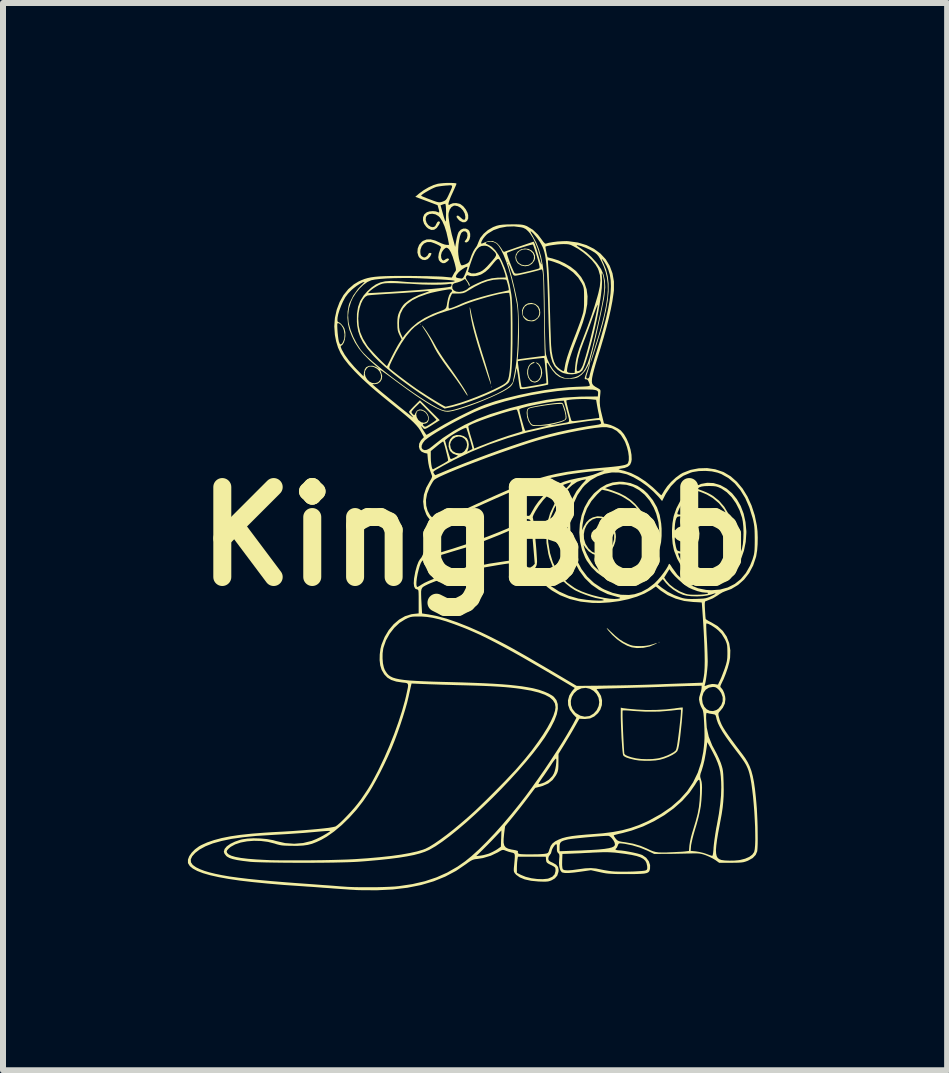
<source format=kicad_pcb>
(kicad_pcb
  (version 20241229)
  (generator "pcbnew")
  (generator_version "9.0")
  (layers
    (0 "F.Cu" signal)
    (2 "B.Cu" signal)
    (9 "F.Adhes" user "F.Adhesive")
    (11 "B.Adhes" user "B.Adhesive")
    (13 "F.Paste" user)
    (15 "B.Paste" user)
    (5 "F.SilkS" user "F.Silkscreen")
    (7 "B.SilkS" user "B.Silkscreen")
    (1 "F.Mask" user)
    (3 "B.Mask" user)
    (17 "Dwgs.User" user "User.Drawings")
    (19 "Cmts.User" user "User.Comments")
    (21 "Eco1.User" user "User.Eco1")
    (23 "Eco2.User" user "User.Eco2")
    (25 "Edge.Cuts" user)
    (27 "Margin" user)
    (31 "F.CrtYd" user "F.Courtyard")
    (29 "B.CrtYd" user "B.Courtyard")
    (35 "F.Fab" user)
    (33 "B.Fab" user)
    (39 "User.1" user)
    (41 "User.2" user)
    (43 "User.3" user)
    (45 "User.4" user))
  (footprint "KingBob"
    (layer "F.Cu")
    (at 4.871 5.893)
    (property "Reference" "KingBob" (at 0 0 0) (layer "F.SilkS") (effects (font (size 1.5 1.5) (thickness 0.3))))
    (attr board_only exclude_from_pos_files exclude_from_bom)
    (fp_poly (pts (xy -0.899 -3.537) (xy -0.906 -3.531) (xy -0.913 -3.537) (xy -0.906 -3.544)) (stroke (width 0) (type solid)) (fill yes) (layer "F.SilkS"))
    (fp_poly (pts (xy 0.282 -2.49) (xy 0.275 -2.484) (xy 0.268 -2.49) (xy 0.275 -2.497)) (stroke (width 0) (type solid)) (fill yes) (layer "F.SilkS"))
    (fp_poly (pts (xy 3.074 1.765) (xy 3.068 1.772) (xy 3.061 1.765) (xy 3.068 1.759)) (stroke (width 0) (type solid)) (fill yes) (layer "F.SilkS"))
    (fp_poly (pts (xy 2.114 -0.122) (xy 2.156 -0.089) (xy 2.183 -0.043) (xy 2.188 -0.007) (xy 2.176 0.046) (xy 2.143 0.089) (xy 2.097 0.115) (xy 2.061 0.121) (xy 2.016 0.113) (xy 1.977 0.086) (xy 1.972 0.082) (xy 1.943 0.042) (xy 1.933 -0.001) (xy 1.933 -0.007) (xy 1.945 -0.06) (xy 1.978 -0.102) (xy 2.025 -0.129) (xy 2.061 -0.134)) (stroke (width 0) (type solid)) (fill yes) (layer "F.SilkS"))
    (fp_poly (pts (xy 2.205 1.534) (xy 2.232 1.559) (xy 2.263 1.589) (xy 2.34 1.661) (xy 2.409 1.717) (xy 2.479 1.761) (xy 2.548 1.795) (xy 2.592 1.813) (xy 2.634 1.824) (xy 2.683 1.829) (xy 2.745 1.83) (xy 2.806 1.829) (xy 2.857 1.824) (xy 2.909 1.815) (xy 2.969 1.798) (xy 3.027 1.779) (xy 3.034 1.779) (xy 3.019 1.79) (xy 3.004 1.798) (xy 2.912 1.837) (xy 2.807 1.859) (xy 2.699 1.863) (xy 2.613 1.851) (xy 2.536 1.823) (xy 2.452 1.777) (xy 2.367 1.716) (xy 2.289 1.645) (xy 2.222 1.57) (xy 2.203 1.544) (xy 2.195 1.529)) (stroke (width 0) (type solid)) (fill yes) (layer "F.SilkS"))
    (fp_poly (pts (xy -0.081 -3.802) (xy -0.071 -3.759) (xy -0.068 -3.743) (xy -0.045 -3.636) (xy -0.012 -3.505) (xy 0.03 -3.352) (xy 0.082 -3.177) (xy 0.121 -3.049) (xy 0.162 -2.919) (xy 0.196 -2.805) (xy 0.224 -2.708) (xy 0.246 -2.631) (xy 0.26 -2.574) (xy 0.267 -2.54) (xy 0.266 -2.53) (xy 0.261 -2.541) (xy 0.249 -2.575) (xy 0.23 -2.628) (xy 0.207 -2.696) (xy 0.18 -2.778) (xy 0.15 -2.869) (xy 0.144 -2.887) (xy 0.092 -3.047) (xy 0.049 -3.185) (xy 0.014 -3.305) (xy -0.015 -3.41) (xy -0.039 -3.504) (xy -0.057 -3.589) (xy -0.072 -3.67) (xy -0.074 -3.683) (xy -0.083 -3.746) (xy -0.088 -3.79) (xy -0.089 -3.816) (xy -0.087 -3.82)) (stroke (width 0) (type solid)) (fill yes) (layer "F.SilkS"))
    (fp_poly (pts (xy 0.89 -4.792) (xy 0.94 -4.768) (xy 0.978 -4.731) (xy 0.999 -4.685) (xy 1.001 -4.632) (xy 0.989 -4.597) (xy 0.951 -4.546) (xy 0.898 -4.513) (xy 0.836 -4.503) (xy 0.771 -4.515) (xy 0.765 -4.518) (xy 0.713 -4.552) (xy 0.682 -4.598) (xy 0.672 -4.649) (xy 0.672 -4.651) (xy 0.685 -4.651) (xy 0.697 -4.599) (xy 0.729 -4.558) (xy 0.775 -4.53) (xy 0.829 -4.519) (xy 0.886 -4.526) (xy 0.912 -4.537) (xy 0.957 -4.574) (xy 0.98 -4.621) (xy 0.983 -4.672) (xy 0.964 -4.72) (xy 0.923 -4.76) (xy 0.912 -4.766) (xy 0.855 -4.785) (xy 0.798 -4.782) (xy 0.748 -4.761) (xy 0.709 -4.724) (xy 0.687 -4.676) (xy 0.685 -4.651) (xy 0.672 -4.651) (xy 0.681 -4.701) (xy 0.71 -4.747) (xy 0.759 -4.781) (xy 0.77 -4.786) (xy 0.832 -4.799)) (stroke (width 0) (type solid)) (fill yes) (layer "F.SilkS"))
    (fp_poly (pts (xy 0.993 -2.9) (xy 0.982 -2.889) (xy 0.96 -2.881) (xy 0.924 -2.859) (xy 0.899 -2.819) (xy 0.886 -2.768) (xy 0.885 -2.712) (xy 0.897 -2.659) (xy 0.921 -2.619) (xy 0.96 -2.586) (xy 1.001 -2.58) (xy 1.045 -2.6) (xy 1.055 -2.609) (xy 1.084 -2.649) (xy 1.099 -2.703) (xy 1.099 -2.761) (xy 1.085 -2.816) (xy 1.058 -2.861) (xy 1.029 -2.884) (xy 1.012 -2.895) (xy 1.02 -2.899) (xy 1.021 -2.899) (xy 1.05 -2.888) (xy 1.079 -2.857) (xy 1.103 -2.814) (xy 1.113 -2.786) (xy 1.12 -2.724) (xy 1.109 -2.666) (xy 1.083 -2.616) (xy 1.046 -2.58) (xy 1.001 -2.564) (xy 0.993 -2.564) (xy 0.947 -2.576) (xy 0.92 -2.596) (xy 0.886 -2.648) (xy 0.869 -2.71) (xy 0.871 -2.775) (xy 0.891 -2.835) (xy 0.913 -2.866) (xy 0.939 -2.889) (xy 0.967 -2.903) (xy 0.987 -2.907)) (stroke (width 0) (type solid)) (fill yes) (layer "F.SilkS"))
    (fp_poly (pts (xy -0.88 -3.514) (xy -0.862 -3.494) (xy -0.836 -3.459) (xy -0.804 -3.414) (xy -0.77 -3.361) (xy -0.735 -3.306) (xy -0.703 -3.253) (xy -0.679 -3.21) (xy -0.642 -3.144) (xy -0.594 -3.066) (xy -0.541 -2.985) (xy -0.49 -2.91) (xy -0.482 -2.9) (xy -0.404 -2.791) (xy -0.333 -2.689) (xy -0.27 -2.596) (xy -0.216 -2.514) (xy -0.173 -2.446) (xy -0.143 -2.394) (xy -0.126 -2.359) (xy -0.123 -2.343) (xy -0.123 -2.343) (xy -0.132 -2.351) (xy -0.151 -2.377) (xy -0.177 -2.417) (xy -0.188 -2.434) (xy -0.217 -2.479) (xy -0.258 -2.538) (xy -0.306 -2.607) (xy -0.358 -2.677) (xy -0.383 -2.712) (xy -0.465 -2.821) (xy -0.531 -2.914) (xy -0.585 -2.993) (xy -0.63 -3.063) (xy -0.667 -3.128) (xy -0.699 -3.191) (xy -0.708 -3.209) (xy -0.741 -3.274) (xy -0.78 -3.344) (xy -0.817 -3.405) (xy -0.824 -3.415) (xy -0.852 -3.458) (xy -0.874 -3.493) (xy -0.885 -3.512) (xy -0.886 -3.515)) (stroke (width 0) (type solid)) (fill yes) (layer "F.SilkS"))
    (fp_poly (pts (xy 0.998 -3.877) (xy 1.007 -3.873) (xy 1.055 -3.836) (xy 1.081 -3.786) (xy 1.087 -3.735) (xy 1.084 -3.693) (xy 1.068 -3.66) (xy 1.042 -3.63) (xy 1.006 -3.6) (xy 0.973 -3.587) (xy 0.944 -3.585) (xy 0.902 -3.589) (xy 0.866 -3.597) (xy 0.863 -3.598) (xy 0.836 -3.618) (xy 0.809 -3.649) (xy 0.806 -3.654) (xy 0.783 -3.712) (xy 0.794 -3.712) (xy 0.801 -3.686) (xy 0.823 -3.658) (xy 0.836 -3.645) (xy 0.887 -3.608) (xy 0.94 -3.598) (xy 0.997 -3.613) (xy 1.005 -3.617) (xy 1.047 -3.652) (xy 1.069 -3.7) (xy 1.071 -3.754) (xy 1.052 -3.807) (xy 1.035 -3.829) (xy 1.005 -3.858) (xy 0.974 -3.87) (xy 0.934 -3.873) (xy 0.874 -3.862) (xy 0.829 -3.83) (xy 0.802 -3.778) (xy 0.796 -3.748) (xy 0.794 -3.712) (xy 0.783 -3.712) (xy 0.783 -3.713) (xy 0.783 -3.769) (xy 0.803 -3.819) (xy 0.837 -3.859) (xy 0.884 -3.885) (xy 0.939 -3.892)) (stroke (width 0) (type solid)) (fill yes) (layer "F.SilkS"))
    (fp_poly (pts (xy 3.463 2.855) (xy 3.464 2.87) (xy 3.462 2.907) (xy 3.458 2.962) (xy 3.453 3.031) (xy 3.446 3.11) (xy 3.437 3.193) (xy 3.428 3.278) (xy 3.419 3.359) (xy 3.415 3.39) (xy 3.402 3.479) (xy 3.388 3.543) (xy 3.373 3.581) (xy 3.371 3.584) (xy 3.34 3.614) (xy 3.289 3.646) (xy 3.226 3.677) (xy 3.157 3.704) (xy 3.088 3.724) (xy 3.085 3.725) (xy 3.01 3.737) (xy 2.92 3.743) (xy 2.824 3.743) (xy 2.733 3.738) (xy 2.658 3.726) (xy 2.658 3.726) (xy 2.577 3.706) (xy 2.52 3.687) (xy 2.484 3.667) (xy 2.47 3.651) (xy 2.465 3.63) (xy 2.46 3.586) (xy 2.454 3.525) (xy 2.449 3.449) (xy 2.443 3.364) (xy 2.439 3.274) (xy 2.435 3.183) (xy 2.432 3.095) (xy 2.43 3.015) (xy 2.43 2.983) (xy 2.43 2.957) (xy 2.46 2.957) (xy 2.46 3.012) (xy 2.462 3.082) (xy 2.465 3.161) (xy 2.468 3.246) (xy 2.472 3.332) (xy 2.476 3.414) (xy 2.48 3.489) (xy 2.484 3.552) (xy 2.487 3.599) (xy 2.49 3.626) (xy 2.491 3.629) (xy 2.51 3.647) (xy 2.551 3.666) (xy 2.609 3.685) (xy 2.68 3.701) (xy 2.692 3.703) (xy 2.772 3.713) (xy 2.864 3.716) (xy 2.957 3.714) (xy 3.04 3.704) (xy 3.073 3.698) (xy 3.139 3.679) (xy 3.206 3.654) (xy 3.266 3.625) (xy 3.315 3.597) (xy 3.345 3.571) (xy 3.348 3.567) (xy 3.357 3.542) (xy 3.368 3.494) (xy 3.379 3.422) (xy 3.392 3.325) (xy 3.407 3.204) (xy 3.423 3.056) (xy 3.424 3.043) (xy 3.43 2.984) (xy 3.433 2.935) (xy 3.434 2.902) (xy 3.433 2.892) (xy 3.418 2.891) (xy 3.382 2.893) (xy 3.33 2.899) (xy 3.27 2.906) (xy 3.065 2.923) (xy 2.841 2.924) (xy 2.638 2.912) (xy 2.573 2.906) (xy 2.519 2.903) (xy 2.48 2.902) (xy 2.462 2.904) (xy 2.461 2.904) (xy 2.46 2.919) (xy 2.46 2.957) (xy 2.43 2.957) (xy 2.43 2.857) (xy 2.467 2.865) (xy 2.494 2.868) (xy 2.541 2.874) (xy 2.603 2.88) (xy 2.673 2.886) (xy 2.692 2.888) (xy 2.85 2.896) (xy 3.017 2.895) (xy 3.182 2.886) (xy 3.334 2.869) (xy 3.343 2.867) (xy 3.395 2.86) (xy 3.436 2.855) (xy 3.46 2.854)) (stroke (width 0) (type solid)) (fill yes) (layer "F.SilkS"))
    (fp_poly (pts (xy 2.468 -0.909) (xy 2.591 -0.888) (xy 2.706 -0.843) (xy 2.811 -0.774) (xy 2.878 -0.711) (xy 2.967 -0.6) (xy 3.034 -0.483) (xy 3.079 -0.356) (xy 3.104 -0.214) (xy 3.111 -0.128) (xy 3.111 -0.006) (xy 3.102 0.098) (xy 3.081 0.193) (xy 3.046 0.289) (xy 3.013 0.358) (xy 2.939 0.48) (xy 2.85 0.582) (xy 2.746 0.662) (xy 2.631 0.719) (xy 2.539 0.746) (xy 2.484 0.757) (xy 2.443 0.762) (xy 2.405 0.761) (xy 2.358 0.756) (xy 2.356 0.756) (xy 2.243 0.728) (xy 2.133 0.676) (xy 2.03 0.602) (xy 1.939 0.511) (xy 1.862 0.404) (xy 1.836 0.355) (xy 1.782 0.222) (xy 1.75 0.081) (xy 1.741 -0.037) (xy 1.814 -0.037) (xy 1.817 0.042) (xy 1.841 0.121) (xy 1.844 0.128) (xy 1.891 0.202) (xy 1.949 0.256) (xy 2.016 0.286) (xy 2.088 0.292) (xy 2.163 0.272) (xy 2.168 0.27) (xy 2.215 0.244) (xy 2.25 0.211) (xy 2.28 0.164) (xy 2.297 0.128) (xy 2.319 0.049) (xy 2.32 -0.032) (xy 2.301 -0.11) (xy 2.266 -0.182) (xy 2.216 -0.241) (xy 2.154 -0.284) (xy 2.091 -0.304) (xy 2.02 -0.304) (xy 1.956 -0.28) (xy 1.901 -0.238) (xy 1.858 -0.181) (xy 1.828 -0.113) (xy 1.814 -0.037) (xy 1.741 -0.037) (xy 1.739 -0.064) (xy 1.741 -0.101) (xy 1.783 -0.101) (xy 1.816 -0.168) (xy 1.857 -0.235) (xy 1.905 -0.283) (xy 1.963 -0.315) (xy 2.04 -0.334) (xy 2.114 -0.329) (xy 2.184 -0.302) (xy 2.244 -0.256) (xy 2.294 -0.193) (xy 2.329 -0.116) (xy 2.347 -0.027) (xy 2.349 0.012) (xy 2.34 0.086) (xy 2.315 0.159) (xy 2.279 0.222) (xy 2.254 0.251) (xy 2.186 0.297) (xy 2.112 0.319) (xy 2.035 0.317) (xy 1.961 0.294) (xy 1.894 0.248) (xy 1.836 0.182) (xy 1.836 0.181) (xy 1.81 0.141) (xy 1.818 0.181) (xy 1.834 0.23) (xy 1.861 0.292) (xy 1.897 0.361) (xy 1.936 0.427) (xy 1.974 0.483) (xy 1.993 0.505) (xy 2.083 0.59) (xy 2.184 0.653) (xy 2.293 0.694) (xy 2.406 0.711) (xy 2.519 0.704) (xy 2.574 0.691) (xy 2.644 0.657) (xy 2.706 0.599) (xy 2.759 0.522) (xy 2.801 0.428) (xy 2.832 0.319) (xy 2.852 0.199) (xy 2.858 0.071) (xy 2.85 -0.063) (xy 2.839 -0.142) (xy 2.803 -0.278) (xy 2.748 -0.398) (xy 2.671 -0.502) (xy 2.572 -0.59) (xy 2.45 -0.665) (xy 2.43 -0.675) (xy 2.364 -0.704) (xy 2.295 -0.73) (xy 2.234 -0.75) (xy 2.21 -0.757) (xy 2.117 -0.777) (xy 2.035 -0.698) (xy 1.941 -0.589) (xy 1.867 -0.465) (xy 1.817 -0.331) (xy 1.792 -0.191) (xy 1.783 -0.101) (xy 1.741 -0.101) (xy 1.748 -0.209) (xy 1.777 -0.35) (xy 1.826 -0.483) (xy 1.894 -0.605) (xy 1.979 -0.71) (xy 1.996 -0.726) (xy 2.089 -0.804) (xy 2.168 -0.804) (xy 2.283 -0.767) (xy 2.406 -0.721) (xy 2.51 -0.667) (xy 2.602 -0.602) (xy 2.666 -0.544) (xy 2.746 -0.453) (xy 2.806 -0.353) (xy 2.849 -0.241) (xy 2.875 -0.113) (xy 2.886 0.033) (xy 2.886 0.074) (xy 2.884 0.166) (xy 2.877 0.246) (xy 2.862 0.321) (xy 2.839 0.398) (xy 2.806 0.484) (xy 2.76 0.585) (xy 2.754 0.597) (xy 2.755 0.603) (xy 2.77 0.593) (xy 2.795 0.571) (xy 2.826 0.541) (xy 2.859 0.506) (xy 2.889 0.471) (xy 2.908 0.448) (xy 2.981 0.329) (xy 3.033 0.197) (xy 3.063 0.057) (xy 3.072 -0.089) (xy 3.058 -0.235) (xy 3.021 -0.378) (xy 2.979 -0.48) (xy 2.91 -0.597) (xy 2.828 -0.694) (xy 2.735 -0.771) (xy 2.633 -0.827) (xy 2.525 -0.859) (xy 2.413 -0.868) (xy 2.3 -0.853) (xy 2.221 -0.826) (xy 2.168 -0.804) (xy 2.089 -0.804) (xy 2.094 -0.808) (xy 2.191 -0.864) (xy 2.293 -0.898) (xy 2.404 -0.911)) (stroke (width 0) (type solid)) (fill yes) (layer "F.SilkS"))
    (fp_poly (pts (xy 3.977 -0.888) (xy 3.98 -0.887) (xy 4.093 -0.853) (xy 4.195 -0.796) (xy 4.286 -0.718) (xy 4.365 -0.62) (xy 4.43 -0.506) (xy 4.479 -0.378) (xy 4.51 -0.238) (xy 4.524 -0.087) (xy 4.524 -0.059) (xy 4.514 0.092) (xy 4.485 0.236) (xy 4.439 0.368) (xy 4.376 0.486) (xy 4.299 0.588) (xy 4.209 0.67) (xy 4.114 0.727) (xy 4.013 0.763) (xy 3.908 0.777) (xy 3.808 0.769) (xy 3.749 0.753) (xy 3.675 0.722) (xy 3.615 0.685) (xy 3.558 0.637) (xy 3.515 0.593) (xy 3.437 0.492) (xy 3.371 0.374) (xy 3.322 0.247) (xy 3.314 0.219) (xy 3.295 0.124) (xy 3.288 0.043) (xy 3.33 0.043) (xy 3.332 0.079) (xy 3.34 0.125) (xy 3.349 0.172) (xy 3.36 0.211) (xy 3.369 0.233) (xy 3.37 0.233) (xy 3.39 0.244) (xy 3.425 0.254) (xy 3.46 0.26) (xy 3.484 0.261) (xy 3.506 0.255) (xy 3.533 0.249) (xy 3.581 0.228) (xy 3.629 0.189) (xy 3.669 0.138) (xy 3.679 0.12) (xy 3.707 0.041) (xy 3.714 -0.041) (xy 3.702 -0.12) (xy 3.673 -0.192) (xy 3.628 -0.254) (xy 3.571 -0.301) (xy 3.503 -0.329) (xy 3.447 -0.335) (xy 3.407 -0.333) (xy 3.377 -0.326) (xy 3.372 -0.324) (xy 3.357 -0.302) (xy 3.344 -0.261) (xy 3.335 -0.207) (xy 3.33 -0.148) (xy 3.33 -0.141) (xy 3.33 -0.108) (xy 3.334 -0.099) (xy 3.344 -0.109) (xy 3.35 -0.117) (xy 3.384 -0.147) (xy 3.432 -0.165) (xy 3.48 -0.166) (xy 3.494 -0.163) (xy 3.539 -0.134) (xy 3.57 -0.091) (xy 3.581 -0.042) (xy 3.58 -0.029) (xy 3.564 0.021) (xy 3.533 0.055) (xy 3.494 0.076) (xy 3.459 0.087) (xy 3.428 0.084) (xy 3.405 0.075) (xy 3.37 0.056) (xy 3.346 0.034) (xy 3.345 0.031) (xy 3.334 0.017) (xy 3.33 0.025) (xy 3.33 0.043) (xy 3.288 0.043) (xy 3.285 0.013) (xy 3.284 -0.104) (xy 3.292 -0.218) (xy 3.309 -0.318) (xy 3.314 -0.34) (xy 3.326 -0.376) (xy 3.374 -0.376) (xy 3.38 -0.367) (xy 3.403 -0.363) (xy 3.443 -0.362) (xy 3.529 -0.35) (xy 3.604 -0.314) (xy 3.666 -0.257) (xy 3.712 -0.18) (xy 3.728 -0.135) (xy 3.742 -0.049) (xy 3.736 0.035) (xy 3.713 0.112) (xy 3.674 0.18) (xy 3.622 0.235) (xy 3.561 0.273) (xy 3.491 0.291) (xy 3.43 0.288) (xy 3.399 0.284) (xy 3.384 0.285) (xy 3.383 0.286) (xy 3.388 0.301) (xy 3.4 0.333) (xy 3.409 0.355) (xy 3.466 0.46) (xy 3.539 0.553) (xy 3.624 0.631) (xy 3.718 0.69) (xy 3.809 0.724) (xy 3.859 0.731) (xy 3.919 0.731) (xy 3.979 0.725) (xy 4.028 0.714) (xy 4.052 0.703) (xy 4.08 0.676) (xy 4.115 0.631) (xy 4.151 0.575) (xy 4.185 0.514) (xy 4.213 0.454) (xy 4.216 0.445) (xy 4.251 0.324) (xy 4.273 0.188) (xy 4.28 0.045) (xy 4.272 -0.098) (xy 4.255 -0.201) (xy 4.215 -0.33) (xy 4.151 -0.448) (xy 4.066 -0.552) (xy 3.963 -0.639) (xy 3.864 -0.697) (xy 3.806 -0.722) (xy 3.75 -0.744) (xy 3.705 -0.758) (xy 3.694 -0.76) (xy 3.665 -0.763) (xy 3.644 -0.761) (xy 3.622 -0.75) (xy 3.595 -0.726) (xy 3.558 -0.688) (xy 3.504 -0.624) (xy 3.452 -0.548) (xy 3.408 -0.468) (xy 3.378 -0.396) (xy 3.377 -0.393) (xy 3.374 -0.376) (xy 3.326 -0.376) (xy 3.359 -0.469) (xy 3.419 -0.584) (xy 3.493 -0.685) (xy 3.577 -0.768) (xy 3.609 -0.79) (xy 3.713 -0.79) (xy 3.719 -0.787) (xy 3.795 -0.759) (xy 3.852 -0.736) (xy 3.897 -0.715) (xy 3.937 -0.693) (xy 3.969 -0.673) (xy 4.069 -0.593) (xy 4.155 -0.494) (xy 4.224 -0.379) (xy 4.272 -0.255) (xy 4.284 -0.208) (xy 4.294 -0.145) (xy 4.3 -0.064) (xy 4.302 0.027) (xy 4.301 0.121) (xy 4.297 0.211) (xy 4.29 0.289) (xy 4.279 0.348) (xy 4.278 0.349) (xy 4.259 0.41) (xy 4.234 0.476) (xy 4.206 0.54) (xy 4.179 0.593) (xy 4.156 0.63) (xy 4.152 0.634) (xy 4.14 0.652) (xy 4.148 0.658) (xy 4.164 0.649) (xy 4.194 0.625) (xy 4.231 0.59) (xy 4.247 0.574) (xy 4.328 0.474) (xy 4.395 0.356) (xy 4.445 0.225) (xy 4.452 0.201) (xy 4.466 0.129) (xy 4.474 0.039) (xy 4.477 -0.059) (xy 4.474 -0.157) (xy 4.465 -0.246) (xy 4.453 -0.309) (xy 4.41 -0.435) (xy 4.351 -0.551) (xy 4.28 -0.652) (xy 4.198 -0.735) (xy 4.109 -0.796) (xy 4.098 -0.801) (xy 4.056 -0.82) (xy 4.018 -0.832) (xy 3.975 -0.837) (xy 3.918 -0.839) (xy 3.9 -0.839) (xy 3.828 -0.837) (xy 3.777 -0.83) (xy 3.742 -0.818) (xy 3.739 -0.816) (xy 3.714 -0.8) (xy 3.713 -0.79) (xy 3.609 -0.79) (xy 3.67 -0.831) (xy 3.769 -0.874) (xy 3.872 -0.893)) (stroke (width 0) (type solid)) (fill yes) (layer "F.SilkS"))
    (fp_poly (pts (xy -0.358 -5.891) (xy -0.323 -5.888) (xy -0.309 -5.881) (xy -0.309 -5.881) (xy -0.314 -5.864) (xy -0.329 -5.829) (xy -0.351 -5.779) (xy -0.376 -5.724) (xy -0.403 -5.665) (xy -0.424 -5.611) (xy -0.438 -5.57) (xy -0.443 -5.549) (xy -0.441 -5.526) (xy -0.431 -5.526) (xy -0.413 -5.537) (xy -0.37 -5.554) (xy -0.315 -5.557) (xy -0.261 -5.546) (xy -0.241 -5.537) (xy -0.196 -5.503) (xy -0.155 -5.452) (xy -0.125 -5.394) (xy -0.114 -5.356) (xy -0.114 -5.3) (xy -0.133 -5.26) (xy -0.165 -5.238) (xy -0.206 -5.237) (xy -0.252 -5.259) (xy -0.27 -5.275) (xy -0.294 -5.303) (xy -0.308 -5.324) (xy -0.309 -5.328) (xy -0.301 -5.347) (xy -0.281 -5.347) (xy -0.252 -5.326) (xy -0.243 -5.317) (xy -0.206 -5.285) (xy -0.18 -5.277) (xy -0.165 -5.293) (xy -0.161 -5.328) (xy -0.172 -5.383) (xy -0.2 -5.434) (xy -0.24 -5.477) (xy -0.287 -5.505) (xy -0.335 -5.515) (xy -0.354 -5.513) (xy -0.393 -5.49) (xy -0.423 -5.447) (xy -0.44 -5.391) (xy -0.443 -5.355) (xy -0.44 -5.312) (xy -0.431 -5.251) (xy -0.419 -5.178) (xy -0.403 -5.102) (xy -0.387 -5.03) (xy -0.377 -4.994) (xy -0.365 -4.95) (xy -0.351 -4.9) (xy -0.348 -4.887) (xy -0.332 -4.826) (xy -0.313 -4.932) (xy -0.302 -4.988) (xy -0.288 -5.038) (xy -0.274 -5.073) (xy -0.272 -5.076) (xy -0.239 -5.112) (xy -0.197 -5.131) (xy -0.152 -5.131) (xy -0.114 -5.113) (xy -0.095 -5.09) (xy -0.081 -5.046) (xy -0.081 -4.998) (xy -0.092 -4.953) (xy -0.113 -4.918) (xy -0.141 -4.901) (xy -0.148 -4.9) (xy -0.171 -4.907) (xy -0.17 -4.923) (xy -0.155 -4.94) (xy -0.135 -4.971) (xy -0.126 -5.014) (xy -0.131 -5.054) (xy -0.134 -5.06) (xy -0.159 -5.084) (xy -0.19 -5.087) (xy -0.22 -5.069) (xy -0.234 -5.05) (xy -0.251 -5.004) (xy -0.265 -4.938) (xy -0.276 -4.862) (xy -0.281 -4.783) (xy -0.282 -4.751) (xy -0.278 -4.695) (xy -0.269 -4.635) (xy -0.255 -4.58) (xy -0.239 -4.537) (xy -0.229 -4.52) (xy -0.212 -4.519) (xy -0.18 -4.528) (xy -0.159 -4.536) (xy -0.12 -4.556) (xy -0.098 -4.579) (xy -0.083 -4.617) (xy -0.082 -4.62) (xy -0.057 -4.69) (xy -0.028 -4.754) (xy 0.002 -4.803) (xy 0.013 -4.816) (xy 0.033 -4.847) (xy 0.05 -4.888) (xy 0.053 -4.896) (xy 0.102 -4.896) (xy 0.103 -4.882) (xy 0.118 -4.883) (xy 0.148 -4.894) (xy 0.162 -4.901) (xy 0.233 -4.925) (xy 0.298 -4.923) (xy 0.356 -4.895) (xy 0.37 -4.885) (xy 0.406 -4.846) (xy 0.438 -4.801) (xy 0.445 -4.79) (xy 0.465 -4.756) (xy 0.483 -4.744) (xy 0.494 -4.746) (xy 0.52 -4.756) (xy 0.564 -4.771) (xy 0.621 -4.791) (xy 0.686 -4.814) (xy 0.755 -4.838) (xy 0.822 -4.861) (xy 0.883 -4.882) (xy 0.932 -4.899) (xy 0.966 -4.91) (xy 0.979 -4.913) (xy 0.986 -4.901) (xy 0.998 -4.87) (xy 1.013 -4.825) (xy 1.016 -4.816) (xy 1.036 -4.75) (xy 1.058 -4.676) (xy 1.075 -4.618) (xy 1.092 -4.566) (xy 1.103 -4.538) (xy 1.109 -4.534) (xy 1.108 -4.551) (xy 1.102 -4.59) (xy 1.089 -4.647) (xy 1.081 -4.679) (xy 1.05 -4.784) (xy 1.009 -4.886) (xy 0.964 -4.977) (xy 0.916 -5.052) (xy 0.89 -5.083) (xy 0.885 -5.088) (xy 0.926 -5.088) (xy 0.927 -5.078) (xy 0.939 -5.05) (xy 0.961 -5.011) (xy 0.965 -5.004) (xy 1.021 -4.899) (xy 1.066 -4.787) (xy 1.101 -4.664) (xy 1.128 -4.524) (xy 1.136 -4.469) (xy 1.142 -4.417) (xy 1.147 -4.352) (xy 1.151 -4.272) (xy 1.154 -4.174) (xy 1.157 -4.057) (xy 1.16 -3.918) (xy 1.162 -3.754) (xy 1.162 -3.712) (xy 1.164 -3.569) (xy 1.166 -3.438) (xy 1.169 -3.321) (xy 1.172 -3.22) (xy 1.175 -3.137) (xy 1.179 -3.076) (xy 1.182 -3.039) (xy 1.183 -3.034) (xy 1.208 -2.95) (xy 1.249 -2.863) (xy 1.3 -2.783) (xy 1.356 -2.721) (xy 1.357 -2.72) (xy 1.428 -2.667) (xy 1.499 -2.639) (xy 1.575 -2.634) (xy 1.662 -2.652) (xy 1.717 -2.673) (xy 1.765 -2.704) (xy 1.807 -2.747) (xy 1.844 -2.805) (xy 1.878 -2.88) (xy 1.91 -2.976) (xy 1.942 -3.094) (xy 1.958 -3.155) (xy 2.002 -3.343) (xy 2.04 -3.507) (xy 2.072 -3.649) (xy 2.098 -3.772) (xy 2.119 -3.877) (xy 2.135 -3.967) (xy 2.146 -4.043) (xy 2.153 -4.108) (xy 2.155 -4.164) (xy 2.154 -4.214) (xy 2.15 -4.258) (xy 2.148 -4.272) (xy 2.138 -4.33) (xy 2.128 -4.369) (xy 2.12 -4.39) (xy 2.115 -4.388) (xy 2.113 -4.364) (xy 2.116 -4.323) (xy 2.118 -4.243) (xy 2.113 -4.14) (xy 2.099 -4.017) (xy 2.078 -3.874) (xy 2.053 -3.732) (xy 2.03 -3.617) (xy 2.004 -3.496) (xy 1.976 -3.375) (xy 1.946 -3.255) (xy 1.915 -3.14) (xy 1.886 -3.035) (xy 1.857 -2.941) (xy 1.831 -2.863) (xy 1.808 -2.804) (xy 1.789 -2.767) (xy 1.786 -2.763) (xy 1.745 -2.731) (xy 1.687 -2.71) (xy 1.618 -2.701) (xy 1.545 -2.705) (xy 1.475 -2.722) (xy 1.442 -2.736) (xy 1.377 -2.779) (xy 1.326 -2.835) (xy 1.289 -2.907) (xy 1.262 -2.999) (xy 1.249 -3.074) (xy 1.245 -3.107) (xy 1.242 -3.164) (xy 1.238 -3.24) (xy 1.234 -3.334) (xy 1.231 -3.441) (xy 1.227 -3.557) (xy 1.224 -3.681) (xy 1.222 -3.741) (xy 1.217 -3.931) (xy 1.212 -4.096) (xy 1.207 -4.238) (xy 1.201 -4.36) (xy 1.195 -4.464) (xy 1.187 -4.552) (xy 1.183 -4.588) (xy 1.215 -4.588) (xy 1.217 -4.553) (xy 1.22 -4.505) (xy 1.222 -4.484) (xy 1.225 -4.445) (xy 1.229 -4.382) (xy 1.232 -4.301) (xy 1.236 -4.203) (xy 1.24 -4.094) (xy 1.244 -3.977) (xy 1.247 -3.855) (xy 1.247 -3.84) (xy 1.251 -3.717) (xy 1.254 -3.599) (xy 1.257 -3.488) (xy 1.261 -3.388) (xy 1.264 -3.304) (xy 1.266 -3.238) (xy 1.268 -3.195) (xy 1.268 -3.192) (xy 1.278 -3.083) (xy 1.295 -2.989) (xy 1.317 -2.912) (xy 1.344 -2.856) (xy 1.353 -2.844) (xy 1.383 -2.814) (xy 1.419 -2.785) (xy 1.453 -2.762) (xy 1.477 -2.752) (xy 1.478 -2.752) (xy 1.485 -2.764) (xy 1.492 -2.795) (xy 1.496 -2.821) (xy 1.51 -2.893) (xy 1.536 -2.986) (xy 1.574 -3.099) (xy 1.625 -3.235) (xy 1.651 -3.303) (xy 1.683 -3.384) (xy 1.715 -3.47) (xy 1.745 -3.551) (xy 1.769 -3.619) (xy 1.773 -3.631) (xy 1.791 -3.688) (xy 1.804 -3.733) (xy 1.811 -3.776) (xy 1.816 -3.824) (xy 1.818 -3.884) (xy 1.818 -3.954) (xy 1.818 -4.029) (xy 1.817 -4.084) (xy 1.814 -4.123) (xy 1.808 -4.154) (xy 1.798 -4.183) (xy 1.783 -4.214) (xy 1.78 -4.221) (xy 1.719 -4.316) (xy 1.635 -4.403) (xy 1.53 -4.479) (xy 1.408 -4.542) (xy 1.311 -4.578) (xy 1.266 -4.592) (xy 1.232 -4.601) (xy 1.216 -4.603) (xy 1.216 -4.603) (xy 1.215 -4.588) (xy 1.183 -4.588) (xy 1.178 -4.626) (xy 1.168 -4.689) (xy 1.156 -4.742) (xy 1.142 -4.787) (xy 1.126 -4.827) (xy 1.124 -4.83) (xy 1.174 -4.83) (xy 1.175 -4.816) (xy 1.18 -4.785) (xy 1.188 -4.744) (xy 1.197 -4.703) (xy 1.205 -4.67) (xy 1.21 -4.654) (xy 1.211 -4.653) (xy 1.225 -4.649) (xy 1.258 -4.64) (xy 1.289 -4.633) (xy 1.39 -4.601) (xy 1.494 -4.553) (xy 1.592 -4.495) (xy 1.675 -4.43) (xy 1.692 -4.414) (xy 1.769 -4.323) (xy 1.825 -4.226) (xy 1.861 -4.119) (xy 1.876 -4.001) (xy 1.871 -3.871) (xy 1.845 -3.728) (xy 1.799 -3.569) (xy 1.761 -3.462) (xy 1.733 -3.39) (xy 1.701 -3.305) (xy 1.668 -3.219) (xy 1.646 -3.162) (xy 1.615 -3.077) (xy 1.587 -2.993) (xy 1.564 -2.914) (xy 1.546 -2.845) (xy 1.536 -2.791) (xy 1.533 -2.755) (xy 1.535 -2.746) (xy 1.552 -2.731) (xy 1.59 -2.725) (xy 1.602 -2.725) (xy 1.661 -2.725) (xy 1.666 -2.786) (xy 1.694 -2.786) (xy 1.698 -2.759) (xy 1.712 -2.752) (xy 1.737 -2.761) (xy 1.745 -2.765) (xy 1.763 -2.785) (xy 1.784 -2.821) (xy 1.799 -2.855) (xy 1.82 -2.919) (xy 1.846 -3.004) (xy 1.875 -3.106) (xy 1.905 -3.218) (xy 1.935 -3.337) (xy 1.964 -3.457) (xy 1.991 -3.572) (xy 2.014 -3.678) (xy 2.032 -3.77) (xy 2.045 -3.842) (xy 2.046 -3.853) (xy 2.045 -3.861) (xy 2.036 -3.845) (xy 2.02 -3.808) (xy 1.998 -3.75) (xy 1.97 -3.674) (xy 1.962 -3.652) (xy 1.93 -3.561) (xy 1.897 -3.469) (xy 1.864 -3.381) (xy 1.836 -3.306) (xy 1.814 -3.251) (xy 1.757 -3.095) (xy 1.718 -2.955) (xy 1.698 -2.836) (xy 1.694 -2.786) (xy 1.666 -2.786) (xy 1.67 -2.83) (xy 1.678 -2.9) (xy 1.691 -2.97) (xy 1.711 -3.046) (xy 1.738 -3.133) (xy 1.776 -3.235) (xy 1.81 -3.324) (xy 1.876 -3.496) (xy 1.938 -3.669) (xy 1.993 -3.837) (xy 2.039 -3.992) (xy 2.056 -4.054) (xy 2.081 -4.168) (xy 2.09 -4.266) (xy 2.083 -4.353) (xy 2.06 -4.435) (xy 2.046 -4.469) (xy 2.008 -4.532) (xy 1.952 -4.601) (xy 1.881 -4.671) (xy 1.801 -4.737) (xy 1.718 -4.794) (xy 1.691 -4.809) (xy 1.637 -4.839) (xy 1.608 -4.853) (xy 1.693 -4.853) (xy 1.705 -4.841) (xy 1.737 -4.819) (xy 1.765 -4.8) (xy 1.858 -4.733) (xy 1.939 -4.659) (xy 2.02 -4.57) (xy 2.041 -4.543) (xy 2.102 -4.455) (xy 2.143 -4.364) (xy 2.165 -4.265) (xy 2.171 -4.153) (xy 2.159 -4.025) (xy 2.156 -4.005) (xy 2.147 -3.947) (xy 2.131 -3.869) (xy 2.112 -3.774) (xy 2.09 -3.668) (xy 2.065 -3.555) (xy 2.04 -3.439) (xy 2.015 -3.327) (xy 1.99 -3.223) (xy 1.968 -3.131) (xy 1.95 -3.056) (xy 1.94 -3.021) (xy 1.926 -2.967) (xy 1.916 -2.921) (xy 1.913 -2.891) (xy 1.913 -2.884) (xy 1.913 -2.863) (xy 1.904 -2.825) (xy 1.89 -2.776) (xy 1.886 -2.766) (xy 1.867 -2.706) (xy 1.856 -2.667) (xy 1.855 -2.644) (xy 1.863 -2.634) (xy 1.878 -2.631) (xy 1.896 -2.639) (xy 1.908 -2.665) (xy 1.911 -2.685) (xy 1.918 -2.714) (xy 1.931 -2.763) (xy 1.95 -2.829) (xy 1.974 -2.906) (xy 1.999 -2.991) (xy 2.008 -3.017) (xy 2.077 -3.241) (xy 2.135 -3.443) (xy 2.182 -3.623) (xy 2.218 -3.784) (xy 2.244 -3.928) (xy 2.26 -4.056) (xy 2.266 -4.169) (xy 2.262 -4.27) (xy 2.248 -4.361) (xy 2.224 -4.442) (xy 2.191 -4.517) (xy 2.16 -4.57) (xy 2.136 -4.603) (xy 2.119 -4.624) (xy 2.113 -4.628) (xy 2.116 -4.615) (xy 2.128 -4.585) (xy 2.142 -4.554) (xy 2.185 -4.448) (xy 2.213 -4.336) (xy 2.227 -4.215) (xy 2.227 -4.082) (xy 2.213 -3.934) (xy 2.184 -3.77) (xy 2.141 -3.585) (xy 2.141 -3.584) (xy 2.125 -3.524) (xy 2.104 -3.452) (xy 2.081 -3.372) (xy 2.055 -3.287) (xy 2.029 -3.202) (xy 2.003 -3.12) (xy 1.979 -3.045) (xy 1.958 -2.981) (xy 1.941 -2.932) (xy 1.929 -2.901) (xy 1.923 -2.892) (xy 1.926 -2.905) (xy 1.935 -2.941) (xy 1.95 -2.994) (xy 1.971 -3.061) (xy 1.995 -3.138) (xy 2 -3.156) (xy 2.063 -3.36) (xy 2.115 -3.543) (xy 2.156 -3.707) (xy 2.185 -3.852) (xy 2.205 -3.983) (xy 2.214 -4.102) (xy 2.212 -4.209) (xy 2.2 -4.309) (xy 2.179 -4.404) (xy 2.148 -4.494) (xy 2.114 -4.571) (xy 2.083 -4.631) (xy 2.057 -4.673) (xy 2.03 -4.704) (xy 1.999 -4.73) (xy 1.989 -4.736) (xy 1.923 -4.775) (xy 1.845 -4.811) (xy 1.769 -4.84) (xy 1.718 -4.853) (xy 1.698 -4.856) (xy 1.693 -4.853) (xy 1.608 -4.853) (xy 1.598 -4.858) (xy 1.563 -4.868) (xy 1.526 -4.872) (xy 1.477 -4.873) (xy 1.47 -4.873) (xy 1.422 -4.871) (xy 1.365 -4.866) (xy 1.305 -4.858) (xy 1.25 -4.85) (xy 1.205 -4.841) (xy 1.178 -4.833) (xy 1.174 -4.83) (xy 1.124 -4.83) (xy 1.107 -4.864) (xy 1.106 -4.867) (xy 1.078 -4.913) (xy 1.044 -4.962) (xy 1.007 -5.009) (xy 0.973 -5.049) (xy 0.944 -5.077) (xy 0.926 -5.088) (xy 0.926 -5.088) (xy 0.885 -5.088) (xy 0.849 -5.121) (xy 0.805 -5.144) (xy 0.768 -5.153) (xy 0.65 -5.168) (xy 0.53 -5.164) (xy 0.414 -5.143) (xy 0.308 -5.105) (xy 0.218 -5.051) (xy 0.194 -5.032) (xy 0.164 -5) (xy 0.135 -4.963) (xy 0.113 -4.926) (xy 0.102 -4.896) (xy 0.053 -4.896) (xy 0.053 -4.898) (xy 0.086 -4.973) (xy 0.142 -5.044) (xy 0.214 -5.106) (xy 0.3 -5.156) (xy 0.361 -5.179) (xy 0.407 -5.19) (xy 0.463 -5.197) (xy 0.534 -5.201) (xy 0.618 -5.202) (xy 0.694 -5.202) (xy 0.749 -5.2) (xy 0.79 -5.195) (xy 0.822 -5.188) (xy 0.852 -5.177) (xy 0.865 -5.172) (xy 0.964 -5.112) (xy 1.05 -5.03) (xy 1.103 -4.96) (xy 1.14 -4.909) (xy 1.166 -4.883) (xy 1.18 -4.88) (xy 1.229 -4.894) (xy 1.297 -4.906) (xy 1.374 -4.916) (xy 1.453 -4.921) (xy 1.525 -4.923) (xy 1.556 -4.921) (xy 1.715 -4.899) (xy 1.858 -4.856) (xy 1.983 -4.794) (xy 2.091 -4.715) (xy 2.179 -4.62) (xy 2.246 -4.51) (xy 2.292 -4.386) (xy 2.316 -4.25) (xy 2.316 -4.102) (xy 2.309 -4.046) (xy 2.29 -3.919) (xy 2.264 -3.786) (xy 2.232 -3.643) (xy 2.193 -3.488) (xy 2.146 -3.318) (xy 2.09 -3.129) (xy 2.031 -2.94) (xy 2.007 -2.859) (xy 1.985 -2.78) (xy 1.967 -2.709) (xy 1.955 -2.653) (xy 1.95 -2.623) (xy 1.948 -2.578) (xy 1.954 -2.546) (xy 1.971 -2.52) (xy 2.004 -2.495) (xy 2.054 -2.467) (xy 2.078 -2.452) (xy 2.09 -2.437) (xy 2.092 -2.413) (xy 2.089 -2.372) (xy 2.088 -2.366) (xy 2.081 -2.291) (xy 2.08 -2.228) (xy 2.085 -2.167) (xy 2.097 -2.1) (xy 2.114 -2.029) (xy 2.15 -1.882) (xy 2.2 -1.873) (xy 2.258 -1.857) (xy 2.322 -1.83) (xy 2.383 -1.798) (xy 2.429 -1.766) (xy 2.434 -1.761) (xy 2.484 -1.702) (xy 2.528 -1.625) (xy 2.565 -1.538) (xy 2.593 -1.447) (xy 2.609 -1.359) (xy 2.612 -1.281) (xy 2.605 -1.238) (xy 2.585 -1.192) (xy 2.549 -1.161) (xy 2.494 -1.14) (xy 2.45 -1.132) (xy 2.415 -1.126) (xy 2.396 -1.121) (xy 2.395 -1.118) (xy 2.41 -1.112) (xy 2.443 -1.103) (xy 2.486 -1.093) (xy 2.601 -1.055) (xy 2.721 -0.995) (xy 2.844 -0.915) (xy 2.963 -0.818) (xy 3.011 -0.773) (xy 3.05 -0.735) (xy 3.082 -0.705) (xy 3.102 -0.687) (xy 3.107 -0.685) (xy 3.115 -0.695) (xy 3.133 -0.724) (xy 3.155 -0.762) (xy 3.205 -0.835) (xy 3.271 -0.909) (xy 3.346 -0.978) (xy 3.422 -1.034) (xy 3.465 -1.059) (xy 3.594 -1.108) (xy 3.73 -1.134) (xy 3.869 -1.138) (xy 4.005 -1.118) (xy 4.134 -1.075) (xy 4.15 -1.068) (xy 4.264 -1) (xy 4.368 -0.908) (xy 4.462 -0.795) (xy 4.543 -0.663) (xy 4.611 -0.514) (xy 4.664 -0.351) (xy 4.699 -0.181) (xy 4.71 -0.085) (xy 4.714 0.022) (xy 4.712 0.132) (xy 4.704 0.235) (xy 4.69 0.323) (xy 4.686 0.342) (xy 4.638 0.486) (xy 4.571 0.613) (xy 4.487 0.721) (xy 4.387 0.81) (xy 4.274 0.878) (xy 4.175 0.914) (xy 4.129 0.933) (xy 4.079 0.962) (xy 4.051 0.982) (xy 3.964 1.035) (xy 3.857 1.078) (xy 3.843 1.082) (xy 3.835 1.091) (xy 3.831 1.116) (xy 3.831 1.159) (xy 3.834 1.225) (xy 3.838 1.284) (xy 3.841 1.333) (xy 3.845 1.367) (xy 3.846 1.378) (xy 3.86 1.39) (xy 3.892 1.41) (xy 3.935 1.432) (xy 3.939 1.434) (xy 4.045 1.497) (xy 4.131 1.577) (xy 4.196 1.672) (xy 4.238 1.781) (xy 4.257 1.901) (xy 4.253 2.026) (xy 4.239 2.103) (xy 4.214 2.194) (xy 4.181 2.29) (xy 4.144 2.383) (xy 4.12 2.432) (xy 4.1 2.474) (xy 4.091 2.499) (xy 4.093 2.515) (xy 4.104 2.526) (xy 4.132 2.562) (xy 4.156 2.615) (xy 4.171 2.675) (xy 4.175 2.716) (xy 4.165 2.79) (xy 4.132 2.858) (xy 4.091 2.909) (xy 4.067 2.936) (xy 4.058 2.958) (xy 4.06 2.987) (xy 4.067 3.014) (xy 4.079 3.058) (xy 4.095 3.101) (xy 4.115 3.146) (xy 4.142 3.195) (xy 4.178 3.252) (xy 4.224 3.319) (xy 4.281 3.398) (xy 4.351 3.493) (xy 4.436 3.605) (xy 4.456 3.631) (xy 4.505 3.699) (xy 4.546 3.766) (xy 4.58 3.836) (xy 4.608 3.912) (xy 4.631 3.998) (xy 4.651 4.098) (xy 4.668 4.216) (xy 4.683 4.354) (xy 4.692 4.452) (xy 4.699 4.54) (xy 4.704 4.639) (xy 4.709 4.745) (xy 4.712 4.851) (xy 4.713 4.955) (xy 4.714 5.051) (xy 4.713 5.134) (xy 4.71 5.201) (xy 4.706 5.247) (xy 4.705 5.253) (xy 4.68 5.312) (xy 4.631 5.364) (xy 4.556 5.406) (xy 4.541 5.413) (xy 4.507 5.425) (xy 4.474 5.434) (xy 4.436 5.439) (xy 4.387 5.442) (xy 4.321 5.443) (xy 4.267 5.444) (xy 4.071 5.444) (xy 4.009 5.399) (xy 3.964 5.372) (xy 3.906 5.343) (xy 3.85 5.319) (xy 3.81 5.305) (xy 3.776 5.296) (xy 3.741 5.29) (xy 3.699 5.287) (xy 3.645 5.287) (xy 3.57 5.289) (xy 3.558 5.289) (xy 3.465 5.291) (xy 3.361 5.293) (xy 3.258 5.295) (xy 3.175 5.295) (xy 2.987 5.296) (xy 2.871 5.24) (xy 2.753 5.192) (xy 2.624 5.153) (xy 2.495 5.127) (xy 2.463 5.123) (xy 2.423 5.119) (xy 2.401 5.122) (xy 2.388 5.136) (xy 2.378 5.162) (xy 2.364 5.192) (xy 2.35 5.208) (xy 2.348 5.209) (xy 2.34 5.217) (xy 2.343 5.222) (xy 2.361 5.232) (xy 2.393 5.236) (xy 2.395 5.236) (xy 2.439 5.239) (xy 2.499 5.247) (xy 2.568 5.259) (xy 2.639 5.273) (xy 2.704 5.288) (xy 2.757 5.303) (xy 2.79 5.315) (xy 2.854 5.36) (xy 2.897 5.417) (xy 2.919 5.481) (xy 2.918 5.541) (xy 2.912 5.568) (xy 2.902 5.589) (xy 2.885 5.605) (xy 2.858 5.616) (xy 2.819 5.624) (xy 2.763 5.628) (xy 2.689 5.631) (xy 2.592 5.632) (xy 2.531 5.632) (xy 2.428 5.632) (xy 2.347 5.631) (xy 2.282 5.628) (xy 2.229 5.625) (xy 2.183 5.62) (xy 2.138 5.612) (xy 2.089 5.602) (xy 2.077 5.599) (xy 1.932 5.567) (xy 1.768 5.591) (xy 1.654 5.606) (xy 1.565 5.614) (xy 1.5 5.614) (xy 1.457 5.606) (xy 1.444 5.599) (xy 1.421 5.565) (xy 1.406 5.512) (xy 1.403 5.483) (xy 1.452 5.483) (xy 1.457 5.531) (xy 1.464 5.553) (xy 1.492 5.566) (xy 1.544 5.57) (xy 1.622 5.565) (xy 1.724 5.551) (xy 1.725 5.551) (xy 1.836 5.536) (xy 1.932 5.532) (xy 2.019 5.539) (xy 2.09 5.553) (xy 2.154 5.566) (xy 2.226 5.578) (xy 2.282 5.585) (xy 2.335 5.589) (xy 2.402 5.591) (xy 2.478 5.592) (xy 2.559 5.591) (xy 2.639 5.589) (xy 2.714 5.585) (xy 2.777 5.581) (xy 2.823 5.576) (xy 2.848 5.57) (xy 2.849 5.57) (xy 2.866 5.557) (xy 2.872 5.535) (xy 2.87 5.497) (xy 2.869 5.493) (xy 2.859 5.448) (xy 2.84 5.411) (xy 2.807 5.379) (xy 2.76 5.353) (xy 2.695 5.331) (xy 2.61 5.312) (xy 2.503 5.295) (xy 2.4 5.282) (xy 2.332 5.274) (xy 2.27 5.27) (xy 2.208 5.267) (xy 2.139 5.267) (xy 2.058 5.27) (xy 1.957 5.274) (xy 1.933 5.276) (xy 1.841 5.28) (xy 1.751 5.285) (xy 1.67 5.288) (xy 1.604 5.291) (xy 1.557 5.293) (xy 1.551 5.293) (xy 1.457 5.296) (xy 1.453 5.415) (xy 1.452 5.483) (xy 1.403 5.483) (xy 1.4 5.446) (xy 1.403 5.386) (xy 1.407 5.338) (xy 1.405 5.309) (xy 1.397 5.292) (xy 1.387 5.283) (xy 1.372 5.264) (xy 1.365 5.233) (xy 1.365 5.196) (xy 1.365 5.184) (xy 1.41 5.184) (xy 1.41 5.251) (xy 1.661 5.242) (xy 1.754 5.239) (xy 1.85 5.234) (xy 1.941 5.23) (xy 2.019 5.225) (xy 2.061 5.222) (xy 2.158 5.212) (xy 2.232 5.2) (xy 2.283 5.187) (xy 2.316 5.17) (xy 2.331 5.15) (xy 2.333 5.141) (xy 2.327 5.107) (xy 2.307 5.068) (xy 2.278 5.03) (xy 2.247 5.003) (xy 2.222 4.994) (xy 2.175 4.995) (xy 2.109 4.999) (xy 2.03 5.005) (xy 1.942 5.012) (xy 1.851 5.02) (xy 1.762 5.029) (xy 1.681 5.037) (xy 1.612 5.045) (xy 1.562 5.052) (xy 1.542 5.056) (xy 1.481 5.072) (xy 1.442 5.09) (xy 1.42 5.114) (xy 1.411 5.149) (xy 1.41 5.184) (xy 1.365 5.184) (xy 1.364 5.152) (xy 1.357 5.133) (xy 1.352 5.132) (xy 1.33 5.149) (xy 1.307 5.181) (xy 1.286 5.218) (xy 1.276 5.25) (xy 1.275 5.256) (xy 1.266 5.287) (xy 1.249 5.31) (xy 1.228 5.342) (xy 1.222 5.372) (xy 1.225 5.395) (xy 1.238 5.413) (xy 1.267 5.43) (xy 1.296 5.443) (xy 1.352 5.475) (xy 1.384 5.513) (xy 1.394 5.562) (xy 1.391 5.596) (xy 1.371 5.658) (xy 1.331 5.704) (xy 1.278 5.735) (xy 1.248 5.747) (xy 1.217 5.755) (xy 1.18 5.758) (xy 1.129 5.758) (xy 1.061 5.756) (xy 0.935 5.744) (xy 0.829 5.721) (xy 0.746 5.687) (xy 0.685 5.643) (xy 0.68 5.637) (xy 0.661 5.615) (xy 0.659 5.611) (xy 0.698 5.611) (xy 0.767 5.646) (xy 0.846 5.678) (xy 0.939 5.701) (xy 1.036 5.714) (xy 1.129 5.717) (xy 1.209 5.709) (xy 1.227 5.704) (xy 1.288 5.677) (xy 1.327 5.636) (xy 1.342 5.582) (xy 1.342 5.572) (xy 1.341 5.542) (xy 1.334 5.522) (xy 1.314 5.506) (xy 1.278 5.486) (xy 1.265 5.481) (xy 1.223 5.459) (xy 1.199 5.442) (xy 1.188 5.422) (xy 1.184 5.394) (xy 1.184 5.393) (xy 1.18 5.343) (xy 0.947 5.343) (xy 0.715 5.343) (xy 0.707 5.393) (xy 0.702 5.435) (xy 0.699 5.49) (xy 0.698 5.527) (xy 0.698 5.611) (xy 0.659 5.611) (xy 0.65 5.595) (xy 0.646 5.57) (xy 0.647 5.533) (xy 0.652 5.485) (xy 0.659 5.408) (xy 0.663 5.354) (xy 0.663 5.318) (xy 0.658 5.296) (xy 0.647 5.284) (xy 0.63 5.277) (xy 0.611 5.273) (xy 0.561 5.26) (xy 0.513 5.243) (xy 0.509 5.241) (xy 0.483 5.231) (xy 0.462 5.229) (xy 0.439 5.236) (xy 0.405 5.255) (xy 0.382 5.269) (xy 0.263 5.326) (xy 0.131 5.365) (xy 0.043 5.379) (xy -0.002 5.384) (xy -0.037 5.394) (xy -0.07 5.41) (xy -0.111 5.437) (xy -0.148 5.464) (xy -0.315 5.578) (xy -0.496 5.674) (xy -0.691 5.753) (xy -0.902 5.815) (xy -1.129 5.86) (xy -1.374 5.889) (xy -1.639 5.902) (xy -1.924 5.9) (xy -1.98 5.898) (xy -2.02 5.895) (xy -2.081 5.892) (xy -2.16 5.886) (xy -2.25 5.88) (xy -2.348 5.873) (xy -2.423 5.867) (xy -2.526 5.86) (xy -2.627 5.852) (xy -2.721 5.845) (xy -2.804 5.84) (xy -2.868 5.835) (xy -2.9 5.833) (xy -3.193 5.813) (xy -3.461 5.79) (xy -3.702 5.766) (xy -3.918 5.741) (xy -4.109 5.713) (xy -4.275 5.683) (xy -4.418 5.651) (xy -4.536 5.617) (xy -4.632 5.58) (xy -4.704 5.541) (xy -4.755 5.5) (xy -4.783 5.456) (xy -4.787 5.443) (xy -4.787 5.391) (xy -4.786 5.387) (xy -4.74 5.387) (xy -4.737 5.435) (xy -4.707 5.479) (xy -4.651 5.519) (xy -4.649 5.52) (xy -4.587 5.55) (xy -4.514 5.578) (xy -4.43 5.603) (xy -4.332 5.627) (xy -4.22 5.65) (xy -4.092 5.672) (xy -3.946 5.692) (xy -3.78 5.712) (xy -3.594 5.731) (xy -3.385 5.75) (xy -3.153 5.769) (xy -2.913 5.787) (xy -2.785 5.796) (xy -2.662 5.805) (xy -2.545 5.814) (xy -2.44 5.821) (xy -2.349 5.828) (xy -2.276 5.834) (xy -2.225 5.838) (xy -2.208 5.839) (xy -2.123 5.845) (xy -2.02 5.849) (xy -1.903 5.851) (xy -1.781 5.851) (xy -1.657 5.851) (xy -1.537 5.848) (xy -1.429 5.844) (xy -1.336 5.839) (xy -1.273 5.833) (xy -1.044 5.799) (xy -0.836 5.751) (xy -0.644 5.687) (xy -0.465 5.607) (xy -0.294 5.509) (xy -0.165 5.419) (xy -0.058 5.332) (xy 0.02 5.332) (xy 0.087 5.325) (xy 0.139 5.316) (xy 0.199 5.3) (xy 0.232 5.29) (xy 0.287 5.265) (xy 0.343 5.235) (xy 0.37 5.218) (xy 0.431 5.175) (xy 0.435 5.046) (xy 0.477 5.046) (xy 0.477 5.11) (xy 0.488 5.156) (xy 0.512 5.187) (xy 0.551 5.208) (xy 0.606 5.222) (xy 0.629 5.226) (xy 0.674 5.234) (xy 0.705 5.243) (xy 0.717 5.251) (xy 0.716 5.252) (xy 0.714 5.274) (xy 0.717 5.283) (xy 0.725 5.291) (xy 0.744 5.297) (xy 0.778 5.3) (xy 0.831 5.302) (xy 0.907 5.303) (xy 0.911 5.303) (xy 0.985 5.302) (xy 1.055 5.301) (xy 1.114 5.298) (xy 1.154 5.295) (xy 1.159 5.294) (xy 1.195 5.288) (xy 1.216 5.278) (xy 1.229 5.255) (xy 1.241 5.217) (xy 1.262 5.162) (xy 1.292 5.121) (xy 1.337 5.086) (xy 1.396 5.056) (xy 1.455 5.033) (xy 1.528 5.014) (xy 1.617 4.998) (xy 1.717 4.986) (xy 2.313 4.986) (xy 2.317 4.999) (xy 2.333 5.025) (xy 2.344 5.039) (xy 2.363 5.061) (xy 2.383 5.076) (xy 2.411 5.086) (xy 2.452 5.094) (xy 2.499 5.1) (xy 2.633 5.124) (xy 2.759 5.161) (xy 2.866 5.206) (xy 2.92 5.232) (xy 2.967 5.251) (xy 3.011 5.263) (xy 3.061 5.27) (xy 3.122 5.272) (xy 3.201 5.271) (xy 3.242 5.269) (xy 3.319 5.266) (xy 3.391 5.262) (xy 3.452 5.259) (xy 3.496 5.255) (xy 3.505 5.254) (xy 3.567 5.246) (xy 3.567 5.245) (xy 3.595 5.245) (xy 3.68 5.253) (xy 3.741 5.263) (xy 3.808 5.279) (xy 3.853 5.294) (xy 3.899 5.311) (xy 3.935 5.323) (xy 3.955 5.328) (xy 3.955 5.328) (xy 3.963 5.316) (xy 3.97 5.278) (xy 3.976 5.217) (xy 3.977 5.192) (xy 3.983 5.132) (xy 3.993 5.053) (xy 4.006 4.964) (xy 4.021 4.871) (xy 4.033 4.811) (xy 4.066 4.628) (xy 4.088 4.466) (xy 4.102 4.32) (xy 4.106 4.185) (xy 4.104 4.095) (xy 4.098 4.004) (xy 4.088 3.925) (xy 4.071 3.85) (xy 4.046 3.776) (xy 4.012 3.695) (xy 3.966 3.603) (xy 3.917 3.511) (xy 3.873 3.432) (xy 3.863 3.511) (xy 3.846 3.623) (xy 3.826 3.732) (xy 3.802 3.829) (xy 3.779 3.906) (xy 3.762 3.953) (xy 3.755 3.985) (xy 3.755 4.012) (xy 3.764 4.045) (xy 3.768 4.058) (xy 3.778 4.094) (xy 3.783 4.135) (xy 3.785 4.188) (xy 3.783 4.259) (xy 3.782 4.294) (xy 3.775 4.399) (xy 3.765 4.495) (xy 3.748 4.59) (xy 3.725 4.691) (xy 3.694 4.805) (xy 3.67 4.884) (xy 3.648 4.96) (xy 3.628 5.035) (xy 3.613 5.101) (xy 3.603 5.151) (xy 3.602 5.163) (xy 3.595 5.245) (xy 3.567 5.245) (xy 3.575 5.15) (xy 3.584 5.094) (xy 3.6 5.02) (xy 3.622 4.94) (xy 3.638 4.888) (xy 3.68 4.749) (xy 3.712 4.628) (xy 3.733 4.515) (xy 3.745 4.405) (xy 3.751 4.29) (xy 3.751 4.269) (xy 3.751 4.18) (xy 3.749 4.117) (xy 3.745 4.077) (xy 3.736 4.059) (xy 3.724 4.062) (xy 3.705 4.084) (xy 3.68 4.123) (xy 3.673 4.136) (xy 3.576 4.276) (xy 3.456 4.41) (xy 3.315 4.535) (xy 3.158 4.649) (xy 2.986 4.75) (xy 2.803 4.837) (xy 2.612 4.906) (xy 2.459 4.948) (xy 2.401 4.961) (xy 2.354 4.973) (xy 2.322 4.982) (xy 2.313 4.986) (xy 1.717 4.986) (xy 1.726 4.985) (xy 1.857 4.973) (xy 1.94 4.967) (xy 2.131 4.952) (xy 2.301 4.93) (xy 2.454 4.901) (xy 2.595 4.863) (xy 2.73 4.816) (xy 2.863 4.758) (xy 2.904 4.738) (xy 3.099 4.63) (xy 3.269 4.514) (xy 3.414 4.387) (xy 3.536 4.251) (xy 3.636 4.102) (xy 3.714 3.941) (xy 3.771 3.766) (xy 3.805 3.597) (xy 3.815 3.516) (xy 3.822 3.443) (xy 3.826 3.37) (xy 3.826 3.291) (xy 3.824 3.198) (xy 3.819 3.094) (xy 3.815 3.026) (xy 3.853 3.026) (xy 3.853 3.029) (xy 3.864 3.19) (xy 3.897 3.34) (xy 3.954 3.484) (xy 3.999 3.568) (xy 4.034 3.634) (xy 4.069 3.708) (xy 4.097 3.776) (xy 4.102 3.79) (xy 4.116 3.834) (xy 4.127 3.874) (xy 4.134 3.916) (xy 4.139 3.966) (xy 4.142 4.03) (xy 4.145 4.114) (xy 4.145 4.126) (xy 4.147 4.235) (xy 4.145 4.334) (xy 4.139 4.428) (xy 4.129 4.525) (xy 4.113 4.632) (xy 4.09 4.755) (xy 4.08 4.809) (xy 4.054 4.948) (xy 4.035 5.063) (xy 4.023 5.156) (xy 4.017 5.231) (xy 4.02 5.288) (xy 4.029 5.331) (xy 4.046 5.362) (xy 4.071 5.382) (xy 4.103 5.395) (xy 4.109 5.397) (xy 4.167 5.405) (xy 4.241 5.408) (xy 4.321 5.407) (xy 4.397 5.4) (xy 4.423 5.396) (xy 4.504 5.375) (xy 4.573 5.345) (xy 4.624 5.307) (xy 4.653 5.265) (xy 4.654 5.263) (xy 4.664 5.217) (xy 4.67 5.149) (xy 4.673 5.061) (xy 4.672 4.959) (xy 4.67 4.844) (xy 4.664 4.722) (xy 4.657 4.595) (xy 4.647 4.468) (xy 4.636 4.345) (xy 4.622 4.228) (xy 4.608 4.122) (xy 4.592 4.031) (xy 4.576 3.96) (xy 4.561 3.908) (xy 4.543 3.861) (xy 4.521 3.814) (xy 4.491 3.763) (xy 4.451 3.705) (xy 4.398 3.633) (xy 4.349 3.569) (xy 4.259 3.45) (xy 4.185 3.347) (xy 4.127 3.259) (xy 4.083 3.183) (xy 4.051 3.117) (xy 4.03 3.057) (xy 4.021 3.018) (xy 4.012 2.987) (xy 3.997 2.972) (xy 3.966 2.965) (xy 3.956 2.963) (xy 3.915 2.957) (xy 3.882 2.949) (xy 3.876 2.947) (xy 3.864 2.944) (xy 3.857 2.953) (xy 3.854 2.979) (xy 3.853 3.026) (xy 3.815 3.026) (xy 3.814 3.014) (xy 3.809 2.956) (xy 3.802 2.916) (xy 3.794 2.888) (xy 3.784 2.871) (xy 3.766 2.836) (xy 3.749 2.79) (xy 3.744 2.768) (xy 3.735 2.721) (xy 3.736 2.712) (xy 3.786 2.712) (xy 3.796 2.783) (xy 3.823 2.842) (xy 3.863 2.884) (xy 3.913 2.909) (xy 3.968 2.914) (xy 4.024 2.897) (xy 4.06 2.872) (xy 4.106 2.815) (xy 4.129 2.75) (xy 4.129 2.681) (xy 4.105 2.614) (xy 4.069 2.563) (xy 4.034 2.531) (xy 4.004 2.515) (xy 3.97 2.511) (xy 3.966 2.511) (xy 3.9 2.523) (xy 3.847 2.557) (xy 3.809 2.609) (xy 3.788 2.677) (xy 3.786 2.712) (xy 3.736 2.712) (xy 3.738 2.682) (xy 3.752 2.636) (xy 3.766 2.589) (xy 3.776 2.546) (xy 3.777 2.531) (xy 3.779 2.491) (xy 3.605 2.495) (xy 3.54 2.496) (xy 3.454 2.499) (xy 3.355 2.502) (xy 3.249 2.505) (xy 3.142 2.509) (xy 3.094 2.511) (xy 2.98 2.515) (xy 2.849 2.519) (xy 2.709 2.523) (xy 2.57 2.527) (xy 2.441 2.531) (xy 2.393 2.532) (xy 2.297 2.535) (xy 2.21 2.537) (xy 2.137 2.54) (xy 2.079 2.543) (xy 2.042 2.545) (xy 2.027 2.547) (xy 2.027 2.547) (xy 2.035 2.561) (xy 2.054 2.586) (xy 2.06 2.593) (xy 2.1 2.66) (xy 2.118 2.736) (xy 2.115 2.815) (xy 2.089 2.891) (xy 2.051 2.948) (xy 1.988 3.004) (xy 1.918 3.037) (xy 1.835 3.046) (xy 1.821 3.046) (xy 1.739 3.042) (xy 1.667 3.169) (xy 1.632 3.231) (xy 1.588 3.306) (xy 1.54 3.385) (xy 1.496 3.459) (xy 1.494 3.462) (xy 1.392 3.628) (xy 1.391 3.77) (xy 1.39 3.836) (xy 1.387 3.883) (xy 1.38 3.917) (xy 1.369 3.948) (xy 1.351 3.982) (xy 1.349 3.986) (xy 1.293 4.063) (xy 1.22 4.122) (xy 1.128 4.162) (xy 1.098 4.171) (xy 1.004 4.195) (xy 0.872 4.37) (xy 0.815 4.445) (xy 0.751 4.527) (xy 0.687 4.607) (xy 0.631 4.677) (xy 0.62 4.69) (xy 0.501 4.835) (xy 0.485 4.96) (xy 0.477 5.046) (xy 0.435 5.046) (xy 0.436 5.04) (xy 0.44 4.904) (xy 0.331 5.019) (xy 0.274 5.079) (xy 0.211 5.143) (xy 0.15 5.204) (xy 0.121 5.233) (xy 0.02 5.332) (xy -0.058 5.332) (xy -0.056 5.33) (xy 0.065 5.221) (xy 0.193 5.094) (xy 0.328 4.952) (xy 0.467 4.796) (xy 0.607 4.631) (xy 0.746 4.458) (xy 0.844 4.331) (xy 0.945 4.194) (xy 0.994 4.124) (xy 1.059 4.124) (xy 1.061 4.132) (xy 1.072 4.131) (xy 1.081 4.129) (xy 1.123 4.117) (xy 1.161 4.102) (xy 1.231 4.059) (xy 1.29 3.997) (xy 1.315 3.954) (xy 1.328 3.919) (xy 1.34 3.872) (xy 1.349 3.822) (xy 1.354 3.773) (xy 1.356 3.734) (xy 1.353 3.71) (xy 1.348 3.706) (xy 1.336 3.716) (xy 1.313 3.745) (xy 1.285 3.785) (xy 1.274 3.803) (xy 1.238 3.858) (xy 1.193 3.924) (xy 1.148 3.99) (xy 1.127 4.019) (xy 1.091 4.072) (xy 1.069 4.105) (xy 1.059 4.124) (xy 0.994 4.124) (xy 1.049 4.047) (xy 1.155 3.895) (xy 1.259 3.74) (xy 1.358 3.588) (xy 1.451 3.443) (xy 1.533 3.308) (xy 1.603 3.187) (xy 1.637 3.127) (xy 1.691 3.025) (xy 1.633 2.964) (xy 1.581 2.893) (xy 1.553 2.815) (xy 1.55 2.745) (xy 1.597 2.745) (xy 1.6 2.813) (xy 1.624 2.879) (xy 1.67 2.937) (xy 1.683 2.948) (xy 1.754 2.99) (xy 1.828 3.007) (xy 1.902 2.998) (xy 1.916 2.993) (xy 1.979 2.955) (xy 2.029 2.899) (xy 2.061 2.83) (xy 2.071 2.766) (xy 2.059 2.692) (xy 2.026 2.628) (xy 1.977 2.577) (xy 1.915 2.542) (xy 1.847 2.527) (xy 1.775 2.535) (xy 1.774 2.535) (xy 1.703 2.568) (xy 1.65 2.617) (xy 1.614 2.678) (xy 1.597 2.745) (xy 1.55 2.745) (xy 1.55 2.734) (xy 1.571 2.655) (xy 1.617 2.582) (xy 1.618 2.581) (xy 1.663 2.529) (xy 1.405 2.376) (xy 1.182 2.244) (xy 0.979 2.126) (xy 0.795 2.02) (xy 0.628 1.926) (xy 0.475 1.843) (xy 0.336 1.769) (xy 0.207 1.703) (xy 0.088 1.645) (xy -0.025 1.594) (xy -0.131 1.548) (xy -0.201 1.52) (xy -0.352 1.463) (xy -0.484 1.417) (xy -0.6 1.383) (xy -0.705 1.359) (xy -0.802 1.344) (xy -0.897 1.337) (xy -0.933 1.337) (xy -0.997 1.337) (xy -1.042 1.34) (xy -1.079 1.347) (xy -1.115 1.36) (xy -1.159 1.381) (xy -1.162 1.382) (xy -1.259 1.443) (xy -1.347 1.526) (xy -1.424 1.625) (xy -1.485 1.735) (xy -1.525 1.85) (xy -1.531 1.875) (xy -1.541 1.951) (xy -1.542 2.034) (xy -1.536 2.115) (xy -1.521 2.184) (xy -1.506 2.225) (xy -1.486 2.259) (xy -1.465 2.289) (xy -1.44 2.315) (xy -1.408 2.337) (xy -1.369 2.356) (xy -1.319 2.371) (xy -1.258 2.384) (xy -1.182 2.395) (xy -1.091 2.404) (xy -0.981 2.411) (xy -0.852 2.417) (xy -0.701 2.423) (xy -0.525 2.428) (xy -0.44 2.43) (xy -0.218 2.436) (xy -0.021 2.443) (xy 0.155 2.45) (xy 0.31 2.458) (xy 0.448 2.467) (xy 0.571 2.477) (xy 0.682 2.489) (xy 0.782 2.501) (xy 0.873 2.516) (xy 0.96 2.532) (xy 0.986 2.538) (xy 1.07 2.56) (xy 1.153 2.589) (xy 1.227 2.621) (xy 1.286 2.655) (xy 1.314 2.676) (xy 1.357 2.731) (xy 1.379 2.798) (xy 1.381 2.877) (xy 1.363 2.968) (xy 1.323 3.074) (xy 1.262 3.193) (xy 1.179 3.328) (xy 1.16 3.358) (xy 1.071 3.483) (xy 0.967 3.618) (xy 0.85 3.76) (xy 0.722 3.907) (xy 0.586 4.056) (xy 0.444 4.206) (xy 0.297 4.355) (xy 0.148 4.5) (xy 0.000169 4.638) (xy -0.145 4.769) (xy -0.286 4.889) (xy -0.42 4.997) (xy -0.544 5.09) (xy -0.657 5.167) (xy -0.756 5.224) (xy -0.765 5.229) (xy -0.836 5.26) (xy -0.92 5.288) (xy -1.02 5.314) (xy -1.137 5.337) (xy -1.273 5.359) (xy -1.429 5.379) (xy -1.608 5.398) (xy -1.811 5.416) (xy -1.94 5.426) (xy -2.014 5.43) (xy -2.109 5.434) (xy -2.222 5.437) (xy -2.349 5.44) (xy -2.487 5.442) (xy -2.633 5.443) (xy -2.783 5.444) (xy -2.935 5.444) (xy -3.084 5.443) (xy -3.227 5.442) (xy -3.362 5.44) (xy -3.484 5.438) (xy -3.59 5.435) (xy -3.678 5.432) (xy -3.743 5.428) (xy -3.759 5.426) (xy -3.876 5.412) (xy -3.968 5.398) (xy -4.04 5.382) (xy -4.094 5.364) (xy -4.133 5.342) (xy -4.148 5.33) (xy -4.177 5.293) (xy -4.189 5.259) (xy -4.189 5.258) (xy -4.187 5.253) (xy -4.141 5.253) (xy -4.136 5.273) (xy -4.135 5.277) (xy -4.109 5.303) (xy -4.063 5.326) (xy -3.994 5.346) (xy -3.902 5.363) (xy -3.786 5.377) (xy -3.645 5.388) (xy -3.499 5.396) (xy -3.406 5.4) (xy -3.292 5.402) (xy -3.16 5.403) (xy -3.015 5.403) (xy -2.861 5.403) (xy -2.704 5.402) (xy -2.548 5.4) (xy -2.398 5.397) (xy -2.258 5.393) (xy -2.133 5.389) (xy -2.028 5.384) (xy -2.007 5.383) (xy -1.788 5.368) (xy -1.585 5.35) (xy -1.399 5.33) (xy -1.233 5.307) (xy -1.088 5.281) (xy -0.966 5.254) (xy -0.868 5.225) (xy -0.826 5.209) (xy -0.76 5.175) (xy -0.678 5.124) (xy -0.582 5.058) (xy -0.475 4.979) (xy -0.359 4.888) (xy -0.238 4.787) (xy -0.114 4.68) (xy -0.074 4.644) (xy 0.004 4.573) (xy 0.095 4.486) (xy 0.195 4.389) (xy 0.299 4.285) (xy 0.403 4.18) (xy 0.504 4.077) (xy 0.595 3.98) (xy 0.675 3.895) (xy 0.718 3.846) (xy 0.837 3.707) (xy 0.947 3.57) (xy 1.045 3.436) (xy 1.132 3.31) (xy 1.206 3.191) (xy 1.265 3.083) (xy 1.308 2.988) (xy 1.334 2.907) (xy 1.342 2.849) (xy 1.332 2.787) (xy 1.299 2.733) (xy 1.244 2.684) (xy 1.165 2.642) (xy 1.062 2.605) (xy 0.934 2.573) (xy 0.78 2.547) (xy 0.77 2.545) (xy 0.681 2.533) (xy 0.59 2.523) (xy 0.495 2.514) (xy 0.391 2.507) (xy 0.275 2.5) (xy 0.142 2.494) (xy -0.009 2.489) (xy -0.184 2.484) (xy -0.187 2.484) (xy -0.309 2.481) (xy -0.431 2.477) (xy -0.548 2.474) (xy -0.657 2.47) (xy -0.752 2.467) (xy -0.828 2.464) (xy -0.862 2.463) (xy -1.059 2.454) (xy -1.066 2.486) (xy -1.072 2.511) (xy -1.082 2.556) (xy -1.095 2.614) (xy -1.109 2.678) (xy -1.132 2.775) (xy -1.165 2.89) (xy -1.204 3.017) (xy -1.248 3.151) (xy -1.295 3.285) (xy -1.343 3.413) (xy -1.39 3.53) (xy -1.395 3.542) (xy -1.45 3.666) (xy -1.513 3.8) (xy -1.58 3.935) (xy -1.649 4.066) (xy -1.715 4.184) (xy -1.765 4.268) (xy -1.865 4.415) (xy -1.976 4.558) (xy -2.097 4.692) (xy -2.222 4.814) (xy -2.349 4.921) (xy -2.473 5.009) (xy -2.564 5.061) (xy -2.646 5.099) (xy -2.718 5.127) (xy -2.788 5.145) (xy -2.865 5.156) (xy -2.954 5.161) (xy -3.027 5.161) (xy -3.109 5.16) (xy -3.17 5.158) (xy -3.219 5.154) (xy -3.26 5.147) (xy -3.303 5.136) (xy -3.343 5.123) (xy -3.454 5.095) (xy -3.57 5.08) (xy -3.688 5.077) (xy -3.802 5.086) (xy -3.907 5.106) (xy -4 5.137) (xy -4.074 5.178) (xy -4.105 5.204) (xy -4.132 5.233) (xy -4.141 5.253) (xy -4.187 5.253) (xy -4.176 5.213) (xy -4.139 5.169) (xy -4.081 5.128) (xy -4.004 5.091) (xy -3.913 5.06) (xy -3.884 5.053) (xy -3.796 5.04) (xy -3.692 5.035) (xy -3.581 5.038) (xy -3.47 5.048) (xy -3.369 5.066) (xy -3.316 5.081) (xy -3.167 5.115) (xy -3.016 5.126) (xy -2.867 5.114) (xy -2.725 5.079) (xy -2.646 5.047) (xy -2.592 5.021) (xy -2.537 4.992) (xy -2.487 4.963) (xy -2.447 4.939) (xy -2.422 4.921) (xy -2.416 4.914) (xy -2.429 4.912) (xy -2.463 4.913) (xy -2.514 4.916) (xy -2.576 4.921) (xy -2.584 4.922) (xy -2.846 4.945) (xy -3.12 4.964) (xy -3.411 4.981) (xy -3.653 4.996) (xy -3.869 5.018) (xy -4.06 5.045) (xy -4.227 5.08) (xy -4.371 5.12) (xy -4.493 5.168) (xy -4.592 5.222) (xy -4.666 5.279) (xy -4.716 5.335) (xy -4.74 5.387) (xy -4.786 5.387) (xy -4.766 5.334) (xy -4.725 5.275) (xy -4.67 5.219) (xy -4.602 5.169) (xy -4.566 5.149) (xy -4.466 5.104) (xy -4.352 5.065) (xy -4.223 5.031) (xy -4.077 5.002) (xy -3.912 4.978) (xy -3.725 4.958) (xy -3.516 4.942) (xy -3.376 4.933) (xy -3.204 4.924) (xy -3.04 4.914) (xy -2.888 4.903) (xy -2.75 4.892) (xy -2.627 4.881) (xy -2.522 4.87) (xy -2.436 4.86) (xy -2.373 4.849) (xy -2.333 4.84) (xy -2.325 4.837) (xy -2.294 4.815) (xy -2.249 4.776) (xy -2.195 4.724) (xy -2.136 4.663) (xy -2.074 4.597) (xy -2.014 4.529) (xy -1.96 4.463) (xy -1.915 4.404) (xy -1.906 4.393) (xy -1.841 4.297) (xy -1.783 4.209) (xy -1.73 4.121) (xy -1.678 4.025) (xy -1.62 3.915) (xy -1.596 3.866) (xy -1.51 3.685) (xy -1.427 3.493) (xy -1.349 3.297) (xy -1.279 3.102) (xy -1.218 2.914) (xy -1.169 2.74) (xy -1.149 2.657) (xy -1.132 2.578) (xy -1.12 2.522) (xy -1.116 2.485) (xy -1.121 2.462) (xy -1.135 2.449) (xy -1.16 2.443) (xy -1.196 2.439) (xy -1.209 2.438) (xy -1.314 2.422) (xy -1.397 2.395) (xy -1.462 2.356) (xy -1.514 2.301) (xy -1.556 2.229) (xy -1.559 2.222) (xy -1.581 2.151) (xy -1.591 2.065) (xy -1.589 1.97) (xy -1.577 1.876) (xy -1.559 1.806) (xy -1.507 1.678) (xy -1.439 1.564) (xy -1.358 1.467) (xy -1.267 1.389) (xy -1.168 1.332) (xy -1.062 1.299) (xy -1.024 1.294) (xy -0.94 1.285) (xy -0.94 1.086) (xy -0.94 1.008) (xy -0.941 0.967) (xy -0.899 0.967) (xy -0.897 1.036) (xy -0.893 1.11) (xy -0.883 1.286) (xy -0.777 1.302) (xy -0.634 1.33) (xy -0.473 1.374) (xy -0.295 1.435) (xy -0.105 1.51) (xy 0.097 1.599) (xy 0.222 1.659) (xy 0.318 1.707) (xy 0.416 1.757) (xy 0.517 1.81) (xy 0.625 1.869) (xy 0.742 1.935) (xy 0.872 2.009) (xy 1.017 2.094) (xy 1.181 2.19) (xy 1.287 2.252) (xy 1.695 2.494) (xy 2.031 2.491) (xy 3.827 2.491) (xy 3.833 2.495) (xy 3.854 2.489) (xy 3.886 2.476) (xy 3.954 2.462) (xy 3.993 2.464) (xy 4.051 2.473) (xy 4.086 2.399) (xy 4.107 2.352) (xy 4.131 2.29) (xy 4.156 2.224) (xy 4.165 2.199) (xy 4.186 2.134) (xy 4.199 2.081) (xy 4.206 2.029) (xy 4.208 1.965) (xy 4.208 1.94) (xy 4.207 1.874) (xy 4.204 1.826) (xy 4.196 1.787) (xy 4.182 1.749) (xy 4.169 1.721) (xy 4.112 1.627) (xy 4.06 1.572) (xy 4.019 1.538) (xy 3.973 1.506) (xy 3.928 1.479) (xy 3.89 1.46) (xy 3.863 1.453) (xy 3.857 1.455) (xy 3.855 1.47) (xy 3.855 1.508) (xy 3.857 1.563) (xy 3.86 1.633) (xy 3.865 1.712) (xy 3.865 1.714) (xy 3.87 1.804) (xy 3.874 1.895) (xy 3.877 1.979) (xy 3.879 2.048) (xy 3.88 2.088) (xy 3.878 2.149) (xy 3.872 2.221) (xy 3.864 2.296) (xy 3.854 2.367) (xy 3.844 2.428) (xy 3.834 2.47) (xy 3.832 2.475) (xy 3.827 2.491) (xy 2.031 2.491) (xy 2.113 2.49) (xy 2.245 2.488) (xy 2.393 2.486) (xy 2.549 2.483) (xy 2.704 2.479) (xy 2.847 2.475) (xy 2.94 2.472) (xy 3.056 2.468) (xy 3.176 2.463) (xy 3.294 2.459) (xy 3.403 2.455) (xy 3.497 2.452) (xy 3.571 2.449) (xy 3.573 2.449) (xy 3.796 2.44) (xy 3.814 2.344) (xy 3.823 2.279) (xy 3.828 2.192) (xy 3.83 2.082) (xy 3.828 1.948) (xy 3.823 1.79) (xy 3.814 1.607) (xy 3.806 1.47) (xy 3.8 1.374) (xy 3.794 1.288) (xy 3.789 1.214) (xy 3.785 1.157) (xy 3.782 1.119) (xy 3.78 1.104) (xy 3.78 1.104) (xy 3.766 1.102) (xy 3.731 1.1) (xy 3.681 1.097) (xy 3.637 1.095) (xy 3.488 1.078) (xy 3.345 1.039) (xy 3.212 0.981) (xy 3.095 0.904) (xy 3.068 0.882) (xy 3.015 0.836) (xy 2.933 0.893) (xy 2.827 0.953) (xy 2.701 1.005) (xy 2.558 1.048) (xy 2.403 1.081) (xy 2.242 1.102) (xy 2.079 1.112) (xy 1.953 1.11) (xy 1.761 1.089) (xy 1.582 1.046) (xy 1.419 0.982) (xy 1.278 0.901) (xy 1.216 0.854) (xy 1.15 0.797) (xy 1.087 0.734) (xy 1.033 0.673) (xy 0.994 0.621) (xy 0.993 0.619) (xy 0.97 0.585) (xy 0.948 0.569) (xy 0.918 0.564) (xy 0.908 0.564) (xy 0.868 0.559) (xy 0.833 0.539) (xy 0.811 0.518) (xy 0.784 0.487) (xy 0.767 0.46) (xy 0.765 0.451) (xy 0.763 0.432) (xy 0.761 0.43) (xy 0.721 0.432) (xy 0.659 0.439) (xy 0.579 0.45) (xy 0.486 0.463) (xy 0.386 0.479) (xy 0.281 0.497) (xy 0.177 0.515) (xy 0.078 0.533) (xy -0.011 0.551) (xy -0.085 0.567) (xy -0.103 0.571) (xy -0.189 0.594) (xy -0.288 0.622) (xy -0.393 0.655) (xy -0.499 0.691) (xy -0.6 0.726) (xy -0.69 0.76) (xy -0.762 0.789) (xy -0.792 0.803) (xy -0.832 0.823) (xy -0.861 0.84) (xy -0.881 0.858) (xy -0.893 0.883) (xy -0.899 0.918) (xy -0.899 0.967) (xy -0.941 0.967) (xy -0.941 0.954) (xy -0.943 0.919) (xy -0.947 0.898) (xy -0.954 0.889) (xy -0.963 0.886) (xy -0.965 0.886) (xy -0.996 0.874) (xy -1.015 0.839) (xy -1.019 0.807) (xy -0.978 0.807) (xy -0.971 0.837) (xy -0.961 0.846) (xy -0.947 0.839) (xy -0.918 0.822) (xy -0.897 0.808) (xy -0.843 0.776) (xy -0.771 0.743) (xy -0.679 0.705) (xy -0.564 0.663) (xy -0.453 0.625) (xy -0.241 0.561) (xy -0.009 0.505) (xy 0.238 0.456) (xy 0.493 0.417) (xy 0.497 0.416) (xy 0.587 0.404) (xy 0.654 0.395) (xy 0.701 0.388) (xy 0.731 0.382) (xy 0.748 0.378) (xy 0.756 0.373) (xy 0.757 0.368) (xy 0.755 0.352) (xy 0.752 0.312) (xy 0.748 0.255) (xy 0.744 0.184) (xy 0.739 0.104) (xy 0.738 0.101) (xy 0.733 0.021) (xy 0.728 -0.049) (xy 0.724 -0.105) (xy 0.721 -0.142) (xy 0.719 -0.157) (xy 0.719 -0.158) (xy 0.707 -0.153) (xy 0.674 -0.14) (xy 0.626 -0.119) (xy 0.566 -0.093) (xy 0.539 -0.08) (xy 0.472 -0.051) (xy 0.391 -0.017) (xy 0.3 0.019) (xy 0.204 0.057) (xy 0.109 0.094) (xy 0.021 0.127) (xy -0.057 0.155) (xy -0.119 0.176) (xy -0.148 0.185) (xy -0.174 0.193) (xy -0.222 0.207) (xy -0.286 0.226) (xy -0.363 0.249) (xy -0.448 0.275) (xy -0.487 0.287) (xy -0.574 0.313) (xy -0.655 0.336) (xy -0.726 0.357) (xy -0.781 0.372) (xy -0.818 0.382) (xy -0.827 0.384) (xy -0.859 0.394) (xy -0.884 0.413) (xy -0.904 0.445) (xy -0.923 0.496) (xy -0.938 0.548) (xy -0.957 0.625) (xy -0.97 0.697) (xy -0.977 0.759) (xy -0.978 0.807) (xy -1.019 0.807) (xy -1.022 0.782) (xy -1.017 0.704) (xy -0.999 0.606) (xy -0.994 0.582) (xy -0.969 0.491) (xy -0.943 0.424) (xy -0.916 0.379) (xy -0.9 0.362) (xy -0.888 0.342) (xy -0.88 0.326) (xy -0.817 0.326) (xy -0.807 0.333) (xy -0.8 0.331) (xy -0.775 0.323) (xy -0.737 0.312) (xy -0.722 0.309) (xy -0.553 0.262) (xy -0.367 0.205) (xy -0.172 0.141) (xy 0.026 0.072) (xy 0.218 0.001) (xy 0.398 -0.07) (xy 0.537 -0.128) (xy 0.608 -0.16) (xy 0.657 -0.184) (xy 0.689 -0.202) (xy 0.701 -0.213) (xy 0.766 -0.213) (xy 0.767 -0.17) (xy 0.77 -0.109) (xy 0.775 -0.026) (xy 0.777 -0.005) (xy 0.785 0.116) (xy 0.791 0.213) (xy 0.797 0.29) (xy 0.802 0.348) (xy 0.807 0.391) (xy 0.812 0.423) (xy 0.818 0.445) (xy 0.825 0.46) (xy 0.833 0.473) (xy 0.842 0.485) (xy 0.881 0.516) (xy 0.92 0.521) (xy 0.958 0.498) (xy 0.966 0.491) (xy 0.996 0.459) (xy 0.965 0.094) (xy 0.955 -0.015) (xy 0.948 -0.099) (xy 0.941 -0.163) (xy 0.936 -0.209) (xy 0.93 -0.241) (xy 0.925 -0.262) (xy 0.918 -0.273) (xy 0.91 -0.28) (xy 0.902 -0.283) (xy 0.845 -0.295) (xy 0.797 -0.284) (xy 0.785 -0.277) (xy 0.777 -0.269) (xy 0.77 -0.259) (xy 0.767 -0.241) (xy 0.766 -0.213) (xy 0.701 -0.213) (xy 0.706 -0.217) (xy 0.712 -0.23) (xy 0.712 -0.233) (xy 0.725 -0.276) (xy 0.756 -0.311) (xy 0.962 -0.311) (xy 0.966 -0.299) (xy 0.97 -0.28) (xy 0.976 -0.239) (xy 0.984 -0.18) (xy 0.991 -0.107) (xy 1 -0.024) (xy 1.008 0.063) (xy 1.016 0.151) (xy 1.023 0.235) (xy 1.028 0.311) (xy 1.032 0.374) (xy 1.034 0.421) (xy 1.034 0.429) (xy 1.028 0.476) (xy 1.014 0.51) (xy 1.012 0.512) (xy 1 0.529) (xy 1.001 0.546) (xy 1.017 0.573) (xy 1.021 0.58) (xy 1.13 0.712) (xy 1.256 0.825) (xy 1.398 0.918) (xy 1.554 0.989) (xy 1.723 1.038) (xy 1.86 1.059) (xy 1.937 1.066) (xy 2.009 1.07) (xy 2.07 1.072) (xy 2.116 1.071) (xy 2.143 1.066) (xy 2.148 1.062) (xy 2.136 1.054) (xy 2.105 1.046) (xy 2.079 1.041) (xy 2.011 1.028) (xy 1.929 1.004) (xy 1.841 0.974) (xy 1.754 0.94) (xy 1.678 0.905) (xy 1.658 0.894) (xy 1.589 0.849) (xy 1.515 0.789) (xy 1.461 0.738) (xy 1.368 0.627) (xy 1.295 0.505) (xy 1.242 0.366) (xy 1.223 0.295) (xy 1.192 0.113) (xy 1.189 0.013) (xy 1.214 0.013) (xy 1.221 0.105) (xy 1.25 0.277) (xy 1.296 0.429) (xy 1.359 0.561) (xy 1.44 0.677) (xy 1.54 0.775) (xy 1.66 0.86) (xy 1.705 0.885) (xy 1.781 0.92) (xy 1.869 0.953) (xy 1.965 0.983) (xy 2.063 1.008) (xy 2.159 1.027) (xy 2.248 1.04) (xy 2.325 1.045) (xy 2.385 1.041) (xy 2.41 1.035) (xy 2.421 1.028) (xy 2.411 1.02) (xy 2.379 1.012) (xy 2.368 1.009) (xy 2.21 0.963) (xy 2.068 0.894) (xy 1.941 0.805) (xy 1.83 0.696) (xy 1.736 0.568) (xy 1.659 0.423) (xy 1.602 0.261) (xy 1.563 0.084) (xy 1.545 -0.107) (xy 1.543 -0.181) (xy 1.546 -0.233) (xy 1.587 -0.233) (xy 1.591 -0.054) (xy 1.604 0.057) (xy 1.642 0.238) (xy 1.7 0.402) (xy 1.776 0.546) (xy 1.871 0.672) (xy 1.985 0.779) (xy 2.116 0.866) (xy 2.154 0.886) (xy 2.295 0.943) (xy 2.432 0.974) (xy 2.566 0.978) (xy 2.661 0.965) (xy 2.771 0.929) (xy 2.881 0.87) (xy 2.969 0.803) (xy 3.045 0.803) (xy 3.116 0.859) (xy 3.213 0.925) (xy 3.321 0.98) (xy 3.417 1.016) (xy 3.461 1.03) (xy 3.502 1.038) (xy 3.546 1.043) (xy 3.601 1.045) (xy 3.676 1.044) (xy 3.678 1.044) (xy 3.751 1.041) (xy 3.805 1.038) (xy 3.845 1.032) (xy 3.88 1.022) (xy 3.916 1.008) (xy 3.93 1.001) (xy 3.979 0.977) (xy 4.006 0.96) (xy 4.011 0.951) (xy 3.992 0.953) (xy 3.951 0.966) (xy 3.937 0.971) (xy 3.872 0.987) (xy 3.79 0.998) (xy 3.7 1.002) (xy 3.609 0.999) (xy 3.528 0.99) (xy 3.467 0.975) (xy 3.386 0.939) (xy 3.304 0.888) (xy 3.231 0.829) (xy 3.182 0.778) (xy 3.131 0.713) (xy 3.088 0.758) (xy 3.045 0.803) (xy 2.969 0.803) (xy 2.986 0.79) (xy 2.998 0.779) (xy 3.046 0.73) (xy 3.082 0.688) (xy 3.154 0.688) (xy 3.189 0.74) (xy 3.247 0.805) (xy 3.325 0.866) (xy 3.413 0.918) (xy 3.505 0.956) (xy 3.548 0.967) (xy 3.588 0.972) (xy 3.642 0.974) (xy 3.702 0.974) (xy 3.764 0.972) (xy 3.819 0.968) (xy 3.861 0.962) (xy 3.883 0.955) (xy 3.884 0.954) (xy 3.886 0.944) (xy 3.866 0.94) (xy 3.852 0.94) (xy 3.785 0.933) (xy 3.706 0.913) (xy 3.625 0.883) (xy 3.565 0.856) (xy 3.516 0.824) (xy 3.456 0.777) (xy 3.393 0.722) (xy 3.334 0.665) (xy 3.286 0.611) (xy 3.267 0.586) (xy 3.241 0.548) (xy 3.197 0.618) (xy 3.154 0.688) (xy 3.082 0.688) (xy 3.097 0.671) (xy 3.145 0.608) (xy 3.187 0.548) (xy 3.217 0.497) (xy 3.229 0.469) (xy 3.236 0.458) (xy 3.246 0.463) (xy 3.264 0.486) (xy 3.287 0.523) (xy 3.373 0.641) (xy 3.474 0.738) (xy 3.59 0.813) (xy 3.717 0.866) (xy 3.854 0.894) (xy 3.943 0.899) (xy 4.085 0.888) (xy 4.214 0.853) (xy 4.329 0.795) (xy 4.43 0.715) (xy 4.515 0.613) (xy 4.586 0.489) (xy 4.628 0.383) (xy 4.641 0.34) (xy 4.651 0.303) (xy 4.657 0.265) (xy 4.661 0.219) (xy 4.663 0.161) (xy 4.664 0.084) (xy 4.664 0.054) (xy 4.663 -0.035) (xy 4.661 -0.103) (xy 4.657 -0.159) (xy 4.65 -0.208) (xy 4.64 -0.259) (xy 4.629 -0.303) (xy 4.574 -0.48) (xy 4.506 -0.637) (xy 4.424 -0.771) (xy 4.33 -0.883) (xy 4.224 -0.972) (xy 4.107 -1.038) (xy 4.043 -1.062) (xy 3.948 -1.083) (xy 3.841 -1.091) (xy 3.732 -1.088) (xy 3.631 -1.072) (xy 3.597 -1.062) (xy 3.473 -1.009) (xy 3.362 -0.933) (xy 3.266 -0.834) (xy 3.185 -0.715) (xy 3.172 -0.691) (xy 3.119 -0.588) (xy 3.06 -0.658) (xy 2.971 -0.75) (xy 2.868 -0.839) (xy 2.757 -0.918) (xy 2.644 -0.984) (xy 2.536 -1.032) (xy 2.524 -1.036) (xy 2.405 -1.063) (xy 2.282 -1.065) (xy 2.159 -1.043) (xy 2.04 -1) (xy 1.93 -0.937) (xy 1.831 -0.853) (xy 1.795 -0.813) (xy 1.709 -0.689) (xy 1.646 -0.551) (xy 1.605 -0.399) (xy 1.587 -0.233) (xy 1.546 -0.233) (xy 1.552 -0.348) (xy 1.579 -0.498) (xy 1.626 -0.634) (xy 1.694 -0.757) (xy 1.784 -0.87) (xy 1.799 -0.886) (xy 1.828 -0.917) (xy 1.846 -0.939) (xy 1.85 -0.947) (xy 1.835 -0.947) (xy 1.803 -0.942) (xy 1.779 -0.937) (xy 1.701 -0.908) (xy 1.62 -0.854) (xy 1.534 -0.774) (xy 1.516 -0.754) (xy 1.404 -0.612) (xy 1.318 -0.463) (xy 1.257 -0.309) (xy 1.222 -0.15) (xy 1.214 0.013) (xy 1.189 0.013) (xy 1.186 -0.062) (xy 1.206 -0.228) (xy 1.252 -0.388) (xy 1.324 -0.54) (xy 1.422 -0.686) (xy 1.518 -0.798) (xy 1.556 -0.839) (xy 1.585 -0.873) (xy 1.6 -0.894) (xy 1.601 -0.899) (xy 1.577 -0.895) (xy 1.537 -0.882) (xy 1.488 -0.864) (xy 1.438 -0.844) (xy 1.396 -0.825) (xy 1.389 -0.821) (xy 1.307 -0.769) (xy 1.223 -0.696) (xy 1.14 -0.608) (xy 1.064 -0.51) (xy 1.008 -0.421) (xy 0.98 -0.369) (xy 0.965 -0.334) (xy 0.962 -0.311) (xy 0.756 -0.311) (xy 0.757 -0.312) (xy 0.802 -0.337) (xy 0.851 -0.345) (xy 0.866 -0.343) (xy 0.891 -0.34) (xy 0.909 -0.346) (xy 0.925 -0.366) (xy 0.946 -0.404) (xy 0.947 -0.406) (xy 0.998 -0.496) (xy 1.055 -0.577) (xy 1.126 -0.66) (xy 1.154 -0.69) (xy 1.23 -0.763) (xy 1.307 -0.823) (xy 1.389 -0.872) (xy 1.483 -0.911) (xy 1.592 -0.943) (xy 1.72 -0.971) (xy 1.776 -0.98) (xy 1.88 -1.001) (xy 1.969 -1.026) (xy 2.028 -1.048) (xy 2.074 -1.067) (xy 2.112 -1.082) (xy 2.134 -1.087) (xy 2.135 -1.087) (xy 2.147 -1.092) (xy 2.145 -1.095) (xy 2.129 -1.096) (xy 2.091 -1.095) (xy 2.035 -1.091) (xy 1.965 -1.084) (xy 1.886 -1.076) (xy 1.801 -1.066) (xy 1.716 -1.055) (xy 1.635 -1.044) (xy 1.561 -1.033) (xy 1.557 -1.033) (xy 1.275 -0.977) (xy 1.005 -0.902) (xy 0.97 -0.89) (xy 0.903 -0.866) (xy 0.815 -0.832) (xy 0.709 -0.789) (xy 0.588 -0.738) (xy 0.455 -0.68) (xy 0.314 -0.618) (xy 0.166 -0.552) (xy 0.016 -0.484) (xy -0.133 -0.415) (xy -0.279 -0.347) (xy -0.332 -0.321) (xy -0.4 -0.29) (xy -0.46 -0.261) (xy -0.509 -0.239) (xy -0.541 -0.225) (xy -0.549 -0.222) (xy -0.575 -0.203) (xy -0.608 -0.163) (xy -0.645 -0.107) (xy -0.684 -0.039) (xy -0.722 0.037) (xy -0.757 0.117) (xy -0.785 0.193) (xy -0.806 0.259) (xy -0.816 0.302) (xy -0.817 0.326) (xy -0.88 0.326) (xy -0.869 0.302) (xy -0.848 0.248) (xy -0.827 0.185) (xy -0.827 0.185) (xy -0.798 0.104) (xy -0.763 0.02) (xy -0.727 -0.055) (xy -0.71 -0.087) (xy -0.682 -0.136) (xy -0.66 -0.176) (xy -0.647 -0.202) (xy -0.644 -0.208) (xy -0.655 -0.214) (xy -0.664 -0.215) (xy -0.691 -0.225) (xy -0.727 -0.253) (xy -0.764 -0.292) (xy -0.797 -0.336) (xy -0.812 -0.362) (xy -0.852 -0.469) (xy -0.865 -0.58) (xy -0.862 -0.608) (xy -0.818 -0.608) (xy -0.814 -0.512) (xy -0.791 -0.425) (xy -0.748 -0.348) (xy -0.687 -0.286) (xy -0.61 -0.242) (xy -0.598 -0.247) (xy -0.566 -0.262) (xy -0.517 -0.285) (xy -0.457 -0.314) (xy -0.408 -0.337) (xy -0.284 -0.396) (xy -0.143 -0.461) (xy 0.01 -0.531) (xy 0.168 -0.603) (xy 0.324 -0.673) (xy 0.471 -0.738) (xy 0.603 -0.795) (xy 0.611 -0.798) (xy 0.77 -0.864) (xy 0.92 -0.92) (xy 1.067 -0.968) (xy 1.214 -1.009) (xy 1.366 -1.044) (xy 1.527 -1.074) (xy 1.703 -1.099) (xy 1.897 -1.122) (xy 2.094 -1.141) (xy 2.218 -1.152) (xy 2.317 -1.162) (xy 2.395 -1.171) (xy 2.454 -1.181) (xy 2.496 -1.19) (xy 2.525 -1.2) (xy 2.543 -1.212) (xy 2.551 -1.222) (xy 2.564 -1.268) (xy 2.564 -1.332) (xy 2.554 -1.407) (xy 2.534 -1.487) (xy 2.505 -1.567) (xy 2.488 -1.601) (xy 2.431 -1.692) (xy 2.363 -1.758) (xy 2.284 -1.801) (xy 2.191 -1.82) (xy 2.108 -1.819) (xy 1.997 -1.807) (xy 1.866 -1.787) (xy 1.721 -1.761) (xy 1.569 -1.731) (xy 1.414 -1.697) (xy 1.263 -1.66) (xy 1.124 -1.623) (xy 1.017 -1.592) (xy 0.898 -1.555) (xy 0.769 -1.512) (xy 0.633 -1.466) (xy 0.492 -1.417) (xy 0.348 -1.366) (xy 0.205 -1.314) (xy 0.064 -1.261) (xy -0.072 -1.209) (xy -0.201 -1.159) (xy -0.319 -1.111) (xy -0.426 -1.067) (xy -0.518 -1.027) (xy -0.592 -0.993) (xy -0.647 -0.964) (xy -0.679 -0.943) (xy -0.684 -0.938) (xy -0.704 -0.911) (xy -0.729 -0.868) (xy -0.756 -0.818) (xy -0.76 -0.809) (xy -0.8 -0.708) (xy -0.818 -0.608) (xy -0.862 -0.608) (xy -0.853 -0.693) (xy -0.815 -0.808) (xy -0.752 -0.921) (xy -0.751 -0.923) (xy -0.729 -0.961) (xy -0.717 -0.992) (xy -0.717 -1.006) (xy -0.725 -1.03) (xy -0.739 -1.069) (xy -0.74 -1.071) (xy -0.695 -1.071) (xy -0.693 -1.062) (xy -0.686 -1.05) (xy -0.686 -1.049) (xy -0.671 -1.027) (xy -0.663 -1.02) (xy -0.649 -1.025) (xy -0.615 -1.039) (xy -0.568 -1.058) (xy -0.533 -1.073) (xy -0.359 -1.145) (xy -0.174 -1.219) (xy 0.018 -1.293) (xy 0.214 -1.366) (xy 0.409 -1.437) (xy 0.599 -1.503) (xy 0.781 -1.564) (xy 0.949 -1.618) (xy 1.101 -1.664) (xy 1.222 -1.697) (xy 1.38 -1.736) (xy 1.55 -1.773) (xy 1.721 -1.807) (xy 1.883 -1.836) (xy 1.95 -1.846) (xy 2.017 -1.856) (xy 2.061 -1.864) (xy 2.088 -1.872) (xy 2.1 -1.879) (xy 2.102 -1.889) (xy 2.1 -1.898) (xy 2.089 -1.925) (xy 2.083 -1.936) (xy 2.065 -1.939) (xy 2.025 -1.937) (xy 1.965 -1.931) (xy 1.887 -1.922) (xy 1.797 -1.909) (xy 1.696 -1.894) (xy 1.588 -1.877) (xy 1.476 -1.859) (xy 1.363 -1.839) (xy 1.253 -1.818) (xy 1.181 -1.804) (xy 0.864 -1.731) (xy 0.547 -1.639) (xy 0.236 -1.532) (xy -0.064 -1.41) (xy -0.348 -1.275) (xy -0.532 -1.177) (xy -0.598 -1.139) (xy -0.644 -1.113) (xy -0.674 -1.094) (xy -0.69 -1.081) (xy -0.695 -1.071) (xy -0.74 -1.071) (xy -0.75 -1.101) (xy -0.765 -1.153) (xy -0.778 -1.218) (xy -0.786 -1.278) (xy -0.795 -1.38) (xy -0.84 -1.389) (xy -0.889 -1.41) (xy -0.9 -1.421) (xy -0.738 -1.421) (xy -0.738 -1.318) (xy -0.736 -1.258) (xy -0.73 -1.202) (xy -0.722 -1.156) (xy -0.712 -1.126) (xy -0.701 -1.117) (xy -0.701 -1.117) (xy -0.686 -1.125) (xy -0.653 -1.143) (xy -0.607 -1.168) (xy -0.574 -1.186) (xy -0.524 -1.214) (xy -0.482 -1.239) (xy -0.456 -1.257) (xy -0.449 -1.263) (xy -0.45 -1.279) (xy -0.457 -1.315) (xy -0.468 -1.363) (xy -0.482 -1.418) (xy -0.496 -1.474) (xy -0.51 -1.524) (xy -0.522 -1.562) (xy -0.53 -1.581) (xy -0.531 -1.582) (xy -0.543 -1.576) (xy -0.57 -1.557) (xy -0.609 -1.527) (xy -0.637 -1.504) (xy -0.738 -1.421) (xy -0.9 -1.421) (xy -0.922 -1.446) (xy -0.936 -1.494) (xy -0.934 -1.511) (xy -0.89 -1.511) (xy -0.89 -1.474) (xy -0.872 -1.449) (xy -0.84 -1.437) (xy -0.804 -1.442) (xy -0.761 -1.464) (xy -0.706 -1.506) (xy -0.691 -1.519) (xy -0.585 -1.602) (xy -0.501 -1.602) (xy -0.478 -1.516) (xy -0.455 -1.433) (xy -0.438 -1.373) (xy -0.425 -1.332) (xy -0.416 -1.306) (xy -0.409 -1.293) (xy -0.403 -1.289) (xy -0.401 -1.289) (xy -0.382 -1.295) (xy -0.35 -1.309) (xy -0.332 -1.318) (xy -0.299 -1.336) (xy -0.287 -1.345) (xy -0.294 -1.352) (xy -0.31 -1.356) (xy -0.37 -1.38) (xy -0.409 -1.415) (xy -0.423 -1.436) (xy -0.441 -1.497) (xy -0.439 -1.528) (xy -0.416 -1.528) (xy -0.404 -1.466) (xy -0.372 -1.42) (xy -0.32 -1.391) (xy -0.264 -1.383) (xy -0.223 -1.388) (xy -0.189 -1.409) (xy -0.173 -1.424) (xy -0.142 -1.475) (xy -0.132 -1.528) (xy -0.143 -1.58) (xy -0.171 -1.623) (xy -0.215 -1.653) (xy -0.271 -1.665) (xy -0.324 -1.653) (xy -0.37 -1.623) (xy -0.402 -1.58) (xy -0.416 -1.531) (xy -0.416 -1.528) (xy -0.439 -1.528) (xy -0.438 -1.559) (xy -0.416 -1.617) (xy -0.377 -1.662) (xy -0.36 -1.673) (xy -0.306 -1.69) (xy -0.245 -1.688) (xy -0.187 -1.67) (xy -0.14 -1.638) (xy -0.135 -1.632) (xy -0.113 -1.588) (xy -0.104 -1.531) (xy -0.11 -1.474) (xy -0.113 -1.462) (xy -0.131 -1.411) (xy -0.089 -1.432) (xy -0.06 -1.447) (xy -0.044 -1.456) (xy -0.043 -1.457) (xy -0.045 -1.47) (xy -0.053 -1.503) (xy -0.066 -1.55) (xy -0.082 -1.606) (xy -0.1 -1.664) (xy -0.116 -1.72) (xy -0.131 -1.766) (xy -0.142 -1.798) (xy -0.146 -1.809) (xy -0.16 -1.808) (xy -0.192 -1.796) (xy -0.236 -1.775) (xy -0.288 -1.747) (xy -0.342 -1.715) (xy -0.395 -1.682) (xy -0.44 -1.651) (xy -0.462 -1.634) (xy -0.501 -1.602) (xy -0.585 -1.602) (xy -0.537 -1.639) (xy -0.362 -1.753) (xy -0.233 -1.825) (xy -0.111 -1.825) (xy -0.104 -1.789) (xy -0.092 -1.74) (xy -0.08 -1.698) (xy -0.061 -1.636) (xy -0.044 -1.578) (xy -0.031 -1.532) (xy -0.026 -1.514) (xy -0.013 -1.464) (xy 0.057 -1.493) (xy 0.097 -1.509) (xy 0.155 -1.531) (xy 0.222 -1.557) (xy 0.292 -1.584) (xy 0.295 -1.585) (xy 0.378 -1.616) (xy 0.471 -1.648) (xy 0.562 -1.679) (xy 0.624 -1.698) (xy 0.685 -1.717) (xy 0.737 -1.733) (xy 0.774 -1.746) (xy 0.79 -1.752) (xy 0.79 -1.752) (xy 0.789 -1.767) (xy 0.782 -1.801) (xy 0.771 -1.85) (xy 0.757 -1.907) (xy 0.742 -1.966) (xy 0.727 -2.022) (xy 0.714 -2.069) (xy 0.703 -2.101) (xy 0.698 -2.111) (xy 0.681 -2.113) (xy 0.643 -2.106) (xy 0.587 -2.092) (xy 0.517 -2.072) (xy 0.437 -2.048) (xy 0.351 -2.02) (xy 0.262 -1.99) (xy 0.175 -1.96) (xy 0.092 -1.93) (xy 0.019 -1.901) (xy -0.042 -1.876) (xy -0.087 -1.854) (xy -0.11 -1.84) (xy -0.111 -1.825) (xy -0.233 -1.825) (xy -0.171 -1.859) (xy 0.031 -1.953) (xy 0.239 -2.032) (xy 0.259 -2.039) (xy 0.514 -2.117) (xy 0.738 -2.117) (xy 0.742 -2.092) (xy 0.751 -2.05) (xy 0.764 -1.997) (xy 0.78 -1.938) (xy 0.797 -1.88) (xy 0.812 -1.827) (xy 0.826 -1.786) (xy 0.836 -1.763) (xy 0.839 -1.759) (xy 0.856 -1.762) (xy 0.895 -1.771) (xy 0.949 -1.783) (xy 1.015 -1.798) (xy 1.047 -1.805) (xy 1.242 -1.85) (xy 1.099 -1.843) (xy 1.035 -1.84) (xy 0.993 -1.839) (xy 0.965 -1.842) (xy 0.947 -1.849) (xy 0.932 -1.861) (xy 0.922 -1.871) (xy 0.89 -1.922) (xy 0.868 -1.988) (xy 0.861 -2.057) (xy 0.862 -2.075) (xy 0.862 -2.078) (xy 0.875 -2.078) (xy 0.879 -2.01) (xy 0.898 -1.942) (xy 0.927 -1.888) (xy 0.947 -1.867) (xy 0.97 -1.857) (xy 1.007 -1.853) (xy 1.033 -1.853) (xy 1.084 -1.855) (xy 1.149 -1.862) (xy 1.215 -1.871) (xy 1.23 -1.873) (xy 1.312 -1.889) (xy 1.386 -1.907) (xy 1.447 -1.925) (xy 1.489 -1.943) (xy 1.5 -1.95) (xy 1.51 -1.974) (xy 1.508 -2.018) (xy 1.496 -2.078) (xy 1.476 -2.141) (xy 1.453 -2.208) (xy 1.365 -2.206) (xy 1.316 -2.202) (xy 1.247 -2.194) (xy 1.169 -2.183) (xy 1.087 -2.17) (xy 1.012 -2.157) (xy 0.949 -2.144) (xy 0.92 -2.137) (xy 0.892 -2.125) (xy 0.879 -2.103) (xy 0.875 -2.078) (xy 0.862 -2.078) (xy 0.869 -2.114) (xy 0.887 -2.137) (xy 0.899 -2.143) (xy 0.928 -2.152) (xy 0.977 -2.164) (xy 1.041 -2.177) (xy 1.115 -2.19) (xy 1.192 -2.202) (xy 1.267 -2.213) (xy 1.334 -2.221) (xy 1.363 -2.224) (xy 1.412 -2.228) (xy 1.442 -2.227) (xy 1.459 -2.221) (xy 1.469 -2.207) (xy 1.473 -2.197) (xy 1.49 -2.152) (xy 1.506 -2.098) (xy 1.518 -2.044) (xy 1.525 -1.997) (xy 1.525 -1.966) (xy 1.525 -1.966) (xy 1.51 -1.943) (xy 1.475 -1.921) (xy 1.418 -1.9) (xy 1.337 -1.877) (xy 1.322 -1.874) (xy 1.279 -1.863) (xy 1.26 -1.857) (xy 1.262 -1.854) (xy 1.284 -1.856) (xy 1.324 -1.862) (xy 1.378 -1.871) (xy 1.446 -1.883) (xy 1.524 -1.897) (xy 1.541 -1.901) (xy 1.556 -1.906) (xy 1.565 -1.915) (xy 1.568 -1.933) (xy 1.564 -1.964) (xy 1.552 -2.012) (xy 1.534 -2.08) (xy 1.526 -2.108) (xy 1.482 -2.262) (xy 1.409 -2.258) (xy 1.354 -2.254) (xy 1.285 -2.244) (xy 1.207 -2.232) (xy 1.124 -2.217) (xy 1.039 -2.2) (xy 0.958 -2.183) (xy 0.883 -2.166) (xy 0.82 -2.149) (xy 0.772 -2.135) (xy 0.744 -2.123) (xy 0.738 -2.117) (xy 0.514 -2.117) (xy 0.586 -2.139) (xy 0.898 -2.218) (xy 1.129 -2.263) (xy 1.522 -2.263) (xy 1.524 -2.246) (xy 1.531 -2.21) (xy 1.543 -2.16) (xy 1.557 -2.102) (xy 1.573 -2.043) (xy 1.588 -1.989) (xy 1.601 -1.946) (xy 1.604 -1.937) (xy 1.608 -1.929) (xy 1.616 -1.924) (xy 1.632 -1.921) (xy 1.659 -1.922) (xy 1.701 -1.927) (xy 1.761 -1.934) (xy 1.845 -1.945) (xy 1.857 -1.947) (xy 1.928 -1.956) (xy 1.989 -1.964) (xy 2.036 -1.97) (xy 2.063 -1.973) (xy 2.067 -1.973) (xy 2.071 -1.985) (xy 2.068 -2.014) (xy 2.065 -2.031) (xy 2.055 -2.074) (xy 2.044 -2.131) (xy 2.035 -2.182) (xy 2.019 -2.276) (xy 1.932 -2.285) (xy 1.881 -2.289) (xy 1.819 -2.29) (xy 1.751 -2.289) (xy 1.683 -2.286) (xy 1.621 -2.282) (xy 1.57 -2.276) (xy 1.535 -2.27) (xy 1.522 -2.263) (xy 1.129 -2.263) (xy 1.195 -2.276) (xy 1.479 -2.313) (xy 1.75 -2.329) (xy 1.786 -2.33) (xy 2.047 -2.332) (xy 2.051 -2.372) (xy 2.052 -2.398) (xy 2.047 -2.417) (xy 2.032 -2.431) (xy 2.004 -2.44) (xy 1.96 -2.446) (xy 1.898 -2.448) (xy 1.813 -2.449) (xy 1.767 -2.449) (xy 1.578 -2.442) (xy 1.371 -2.422) (xy 1.154 -2.392) (xy 0.931 -2.353) (xy 0.71 -2.305) (xy 0.496 -2.25) (xy 0.294 -2.189) (xy 0.113 -2.124) (xy 0.081 -2.111) (xy -0.013 -2.071) (xy -0.115 -2.022) (xy -0.224 -1.968) (xy -0.334 -1.911) (xy -0.443 -1.851) (xy -0.546 -1.792) (xy -0.641 -1.736) (xy -0.722 -1.684) (xy -0.787 -1.639) (xy -0.833 -1.603) (xy -0.838 -1.598) (xy -0.872 -1.554) (xy -0.89 -1.511) (xy -0.934 -1.511) (xy -0.931 -1.546) (xy -0.904 -1.597) (xy -0.891 -1.613) (xy -0.853 -1.653) (xy -0.892 -1.727) (xy -0.916 -1.769) (xy -0.945 -1.811) (xy -0.98 -1.853) (xy -1.025 -1.9) (xy -1.082 -1.953) (xy -1.154 -2.015) (xy -1.243 -2.089) (xy -1.313 -2.145) (xy -1.445 -2.252) (xy -1.559 -2.345) (xy -1.658 -2.428) (xy -1.744 -2.502) (xy -1.781 -2.536) (xy -1.712 -2.536) (xy -1.658 -2.488) (xy -1.631 -2.466) (xy -1.589 -2.43) (xy -1.534 -2.384) (xy -1.47 -2.332) (xy -1.4 -2.274) (xy -1.328 -2.216) (xy -1.257 -2.158) (xy -1.19 -2.105) (xy -1.132 -2.058) (xy -1.085 -2.021) (xy -1.054 -1.996) (xy -1.042 -1.988) (xy -1.033 -1.984) (xy -1.042 -1.998) (xy -1.057 -2.015) (xy -1.083 -2.045) (xy -1.099 -2.069) (xy -1.1 -2.073) (xy -1.061 -2.073) (xy -1.051 -2.053) (xy -1.035 -2.035) (xy -1.017 -2.021) (xy -1.006 -2.027) (xy -1.002 -2.036) (xy -0.981 -2.036) (xy -0.974 -1.99) (xy -0.949 -1.944) (xy -0.941 -1.935) (xy -0.897 -1.902) (xy -0.852 -1.893) (xy -0.811 -1.909) (xy -0.803 -1.915) (xy -0.782 -1.948) (xy -0.783 -1.989) (xy -0.799 -2.028) (xy -0.829 -2.066) (xy -0.868 -2.091) (xy -0.91 -2.101) (xy -0.947 -2.095) (xy -0.97 -2.076) (xy -0.981 -2.036) (xy -1.002 -2.036) (xy -0.996 -2.052) (xy -0.97 -2.094) (xy -0.932 -2.115) (xy -0.886 -2.113) (xy -0.837 -2.089) (xy -0.816 -2.071) (xy -0.786 -2.03) (xy -0.771 -1.985) (xy -0.772 -1.941) (xy -0.788 -1.905) (xy -0.817 -1.883) (xy -0.839 -1.879) (xy -0.867 -1.874) (xy -0.87 -1.859) (xy -0.857 -1.842) (xy -0.843 -1.831) (xy -0.829 -1.828) (xy -0.808 -1.835) (xy -0.775 -1.854) (xy -0.731 -1.881) (xy -0.69 -1.908) (xy -0.659 -1.93) (xy -0.645 -1.942) (xy -0.644 -1.943) (xy -0.653 -1.955) (xy -0.678 -1.982) (xy -0.715 -2.021) (xy -0.76 -2.068) (xy -0.781 -2.09) (xy -0.918 -2.229) (xy -0.99 -2.159) (xy -1.024 -2.123) (xy -1.049 -2.093) (xy -1.06 -2.075) (xy -1.061 -2.073) (xy -1.1 -2.073) (xy -1.101 -2.075) (xy -1.092 -2.09) (xy -1.068 -2.118) (xy -1.033 -2.155) (xy -1.01 -2.178) (xy -0.919 -2.269) (xy -0.754 -2.103) (xy -0.588 -1.937) (xy -0.697 -1.868) (xy -0.756 -1.83) (xy -0.797 -1.806) (xy -0.825 -1.793) (xy -0.844 -1.791) (xy -0.858 -1.798) (xy -0.872 -1.813) (xy -0.872 -1.814) (xy -0.89 -1.833) (xy -0.899 -1.837) (xy -0.899 -1.837) (xy -0.893 -1.822) (xy -0.877 -1.793) (xy -0.856 -1.757) (xy -0.834 -1.724) (xy -0.817 -1.699) (xy -0.81 -1.692) (xy -0.797 -1.698) (xy -0.765 -1.716) (xy -0.718 -1.744) (xy -0.66 -1.778) (xy -0.614 -1.806) (xy -0.508 -1.868) (xy -0.391 -1.932) (xy -0.268 -1.996) (xy -0.145 -2.057) (xy -0.028 -2.113) (xy 0.077 -2.159) (xy 0.166 -2.195) (xy 0.166 -2.195) (xy 0.338 -2.253) (xy 0.531 -2.307) (xy 0.737 -2.357) (xy 0.95 -2.401) (xy 1.163 -2.438) (xy 1.37 -2.467) (xy 1.563 -2.486) (xy 1.688 -2.493) (xy 1.772 -2.496) (xy 1.833 -2.499) (xy 1.874 -2.502) (xy 1.898 -2.506) (xy 1.911 -2.511) (xy 1.914 -2.518) (xy 1.912 -2.528) (xy 1.912 -2.529) (xy 1.895 -2.577) (xy 1.881 -2.605) (xy 1.865 -2.616) (xy 1.853 -2.618) (xy 1.838 -2.619) (xy 1.83 -2.625) (xy 1.829 -2.64) (xy 1.837 -2.67) (xy 1.853 -2.717) (xy 1.866 -2.754) (xy 1.888 -2.818) (xy 1.901 -2.86) (xy 1.905 -2.878) (xy 1.899 -2.873) (xy 1.883 -2.843) (xy 1.874 -2.826) (xy 1.832 -2.755) (xy 1.779 -2.696) (xy 1.721 -2.654) (xy 1.695 -2.643) (xy 1.654 -2.633) (xy 1.599 -2.627) (xy 1.557 -2.625) (xy 1.477 -2.633) (xy 1.408 -2.658) (xy 1.345 -2.704) (xy 1.286 -2.773) (xy 1.243 -2.839) (xy 1.223 -2.871) (xy 1.209 -2.891) (xy 1.2 -2.896) (xy 1.196 -2.884) (xy 1.197 -2.852) (xy 1.201 -2.799) (xy 1.208 -2.723) (xy 1.21 -2.697) (xy 1.215 -2.634) (xy 1.219 -2.582) (xy 1.22 -2.545) (xy 1.219 -2.53) (xy 1.219 -2.53) (xy 1.204 -2.526) (xy 1.167 -2.518) (xy 1.113 -2.507) (xy 1.046 -2.495) (xy 0.986 -2.484) (xy 0.89 -2.468) (xy 0.82 -2.458) (xy 0.774 -2.455) (xy 0.753 -2.457) (xy 0.751 -2.458) (xy 0.746 -2.477) (xy 0.739 -2.516) (xy 0.731 -2.569) (xy 0.725 -2.616) (xy 0.716 -2.685) (xy 0.707 -2.741) (xy 0.699 -2.78) (xy 0.692 -2.8) (xy 0.687 -2.799) (xy 0.686 -2.778) (xy 0.682 -2.748) (xy 0.673 -2.702) (xy 0.661 -2.648) (xy 0.658 -2.637) (xy 0.642 -2.58) (xy 0.626 -2.541) (xy 0.606 -2.512) (xy 0.581 -2.487) (xy 0.531 -2.452) (xy 0.46 -2.411) (xy 0.371 -2.367) (xy 0.27 -2.32) (xy 0.161 -2.273) (xy 0.047 -2.227) (xy -0.067 -2.184) (xy -0.176 -2.147) (xy -0.276 -2.115) (xy -0.363 -2.092) (xy -0.432 -2.079) (xy -0.457 -2.077) (xy -0.507 -2.082) (xy -0.571 -2.103) (xy -0.65 -2.139) (xy -0.744 -2.191) (xy -0.855 -2.26) (xy -0.984 -2.346) (xy -1.13 -2.449) (xy -1.294 -2.569) (xy -1.321 -2.589) (xy -1.393 -2.643) (xy -1.457 -2.69) (xy -1.51 -2.728) (xy -1.551 -2.757) (xy -1.574 -2.772) (xy -1.58 -2.775) (xy -1.577 -2.761) (xy -1.566 -2.733) (xy -1.563 -2.727) (xy -1.548 -2.672) (xy -1.555 -2.62) (xy -1.582 -2.576) (xy -1.623 -2.546) (xy -1.67 -2.537) (xy -1.712 -2.536) (xy -1.781 -2.536) (xy -1.82 -2.571) (xy -1.89 -2.636) (xy -1.956 -2.701) (xy -2.009 -2.755) (xy -2.106 -2.861) (xy -2.183 -2.959) (xy -2.242 -3.053) (xy -2.285 -3.148) (xy -2.316 -3.25) (xy -2.337 -3.358) (xy -2.347 -3.501) (xy -2.297 -3.501) (xy -2.295 -3.452) (xy -2.291 -3.396) (xy -2.285 -3.339) (xy -2.278 -3.288) (xy -2.271 -3.25) (xy -2.269 -3.245) (xy -2.255 -3.209) (xy -2.239 -3.198) (xy -2.219 -3.213) (xy -2.202 -3.239) (xy -2.181 -3.295) (xy -2.176 -3.363) (xy -2.187 -3.433) (xy -2.201 -3.473) (xy -2.225 -3.513) (xy -2.253 -3.542) (xy -2.28 -3.555) (xy -2.293 -3.553) (xy -2.297 -3.537) (xy -2.297 -3.501) (xy -2.347 -3.501) (xy -2.347 -3.502) (xy -2.34 -3.603) (xy -2.295 -3.603) (xy -2.289 -3.577) (xy -2.278 -3.571) (xy -2.255 -3.561) (xy -2.226 -3.534) (xy -2.197 -3.499) (xy -2.177 -3.463) (xy -2.176 -3.459) (xy -2.163 -3.404) (xy -2.162 -3.342) (xy -2.17 -3.282) (xy -2.188 -3.229) (xy -2.212 -3.192) (xy -2.223 -3.184) (xy -2.237 -3.175) (xy -2.24 -3.161) (xy -2.231 -3.136) (xy -2.222 -3.114) (xy -2.173 -3.027) (xy -2.103 -2.93) (xy -2.013 -2.825) (xy -1.973 -2.783) (xy -1.859 -2.667) (xy -1.854 -2.71) (xy -1.838 -2.71) (xy -1.826 -2.662) (xy -1.799 -2.617) (xy -1.762 -2.581) (xy -1.718 -2.558) (xy -1.67 -2.552) (xy -1.622 -2.567) (xy -1.613 -2.572) (xy -1.579 -2.61) (xy -1.566 -2.656) (xy -1.572 -2.705) (xy -1.594 -2.753) (xy -1.632 -2.793) (xy -1.682 -2.82) (xy -1.716 -2.829) (xy -1.756 -2.831) (xy -1.783 -2.82) (xy -1.805 -2.801) (xy -1.832 -2.758) (xy -1.838 -2.71) (xy -1.854 -2.71) (xy -1.852 -2.732) (xy -1.839 -2.785) (xy -1.816 -2.819) (xy -1.813 -2.821) (xy -1.767 -2.842) (xy -1.71 -2.844) (xy -1.651 -2.825) (xy -1.63 -2.812) (xy -1.602 -2.795) (xy -1.593 -2.79) (xy -1.604 -2.8) (xy -1.634 -2.826) (xy -1.638 -2.829) (xy -1.758 -2.934) (xy -1.856 -3.033) (xy -1.936 -3.13) (xy -2.001 -3.229) (xy -2.053 -3.334) (xy -2.095 -3.443) (xy -2.118 -3.539) (xy -2.128 -3.643) (xy -2.126 -3.687) (xy -2.116 -3.687) (xy -2.109 -3.577) (xy -2.103 -3.542) (xy -2.074 -3.438) (xy -2.03 -3.327) (xy -1.973 -3.216) (xy -1.91 -3.117) (xy -1.899 -3.103) (xy -1.854 -3.051) (xy -1.789 -2.987) (xy -1.708 -2.914) (xy -1.612 -2.834) (xy -1.506 -2.748) (xy -1.393 -2.66) (xy -1.274 -2.571) (xy -1.154 -2.483) (xy -1.035 -2.399) (xy -0.921 -2.322) (xy -0.814 -2.252) (xy -0.717 -2.193) (xy -0.634 -2.147) (xy -0.566 -2.115) (xy -0.55 -2.109) (xy -0.516 -2.099) (xy -0.481 -2.093) (xy -0.442 -2.094) (xy -0.396 -2.101) (xy -0.337 -2.115) (xy -0.263 -2.137) (xy -0.169 -2.167) (xy -0.128 -2.181) (xy 0.012 -2.23) (xy 0.144 -2.281) (xy 0.265 -2.332) (xy 0.372 -2.382) (xy 0.463 -2.43) (xy 0.535 -2.473) (xy 0.584 -2.512) (xy 0.596 -2.525) (xy 0.618 -2.553) (xy 0.63 -2.572) (xy 0.631 -2.575) (xy 0.634 -2.592) (xy 0.64 -2.628) (xy 0.65 -2.674) (xy 0.651 -2.678) (xy 0.678 -2.83) (xy 0.689 -2.92) (xy 0.714 -2.92) (xy 0.715 -2.906) (xy 0.718 -2.872) (xy 0.725 -2.822) (xy 0.733 -2.762) (xy 0.742 -2.697) (xy 0.751 -2.633) (xy 0.759 -2.576) (xy 0.767 -2.532) (xy 0.772 -2.504) (xy 0.773 -2.5) (xy 0.776 -2.492) (xy 0.783 -2.487) (xy 0.797 -2.485) (xy 0.823 -2.487) (xy 0.864 -2.493) (xy 0.923 -2.503) (xy 0.998 -2.516) (xy 1.065 -2.528) (xy 1.123 -2.539) (xy 1.165 -2.547) (xy 1.187 -2.553) (xy 1.189 -2.554) (xy 1.19 -2.568) (xy 1.188 -2.604) (xy 1.185 -2.655) (xy 1.18 -2.716) (xy 1.174 -2.781) (xy 1.169 -2.844) (xy 1.163 -2.901) (xy 1.158 -2.945) (xy 1.153 -2.97) (xy 1.152 -2.974) (xy 1.138 -2.974) (xy 1.103 -2.971) (xy 1.051 -2.966) (xy 0.99 -2.959) (xy 0.924 -2.951) (xy 0.859 -2.943) (xy 0.8 -2.935) (xy 0.753 -2.928) (xy 0.722 -2.922) (xy 0.714 -2.92) (xy 0.689 -2.92) (xy 0.698 -2.995) (xy 0.71 -3.176) (xy 0.716 -3.379) (xy 0.717 -3.457) (xy 0.717 -3.562) (xy 0.716 -3.646) (xy 0.714 -3.713) (xy 0.71 -3.77) (xy 0.705 -3.821) (xy 0.698 -3.873) (xy 0.687 -3.93) (xy 0.68 -3.967) (xy 0.644 -4.141) (xy 0.604 -4.302) (xy 0.563 -4.449) (xy 0.531 -4.546) (xy 0.555 -4.546) (xy 0.556 -4.533) (xy 0.565 -4.499) (xy 0.578 -4.452) (xy 0.584 -4.429) (xy 0.614 -4.322) (xy 0.645 -4.198) (xy 0.675 -4.065) (xy 0.702 -3.931) (xy 0.707 -3.907) (xy 0.715 -3.846) (xy 0.722 -3.763) (xy 0.727 -3.665) (xy 0.73 -3.556) (xy 0.732 -3.442) (xy 0.732 -3.328) (xy 0.729 -3.22) (xy 0.725 -3.122) (xy 0.721 -3.069) (xy 0.711 -2.95) (xy 0.762 -2.958) (xy 0.794 -2.962) (xy 0.846 -2.969) (xy 0.911 -2.978) (xy 0.982 -2.987) (xy 0.988 -2.988) (xy 1.164 -3.011) (xy 1.159 -3.133) (xy 1.158 -3.174) (xy 1.157 -3.239) (xy 1.155 -3.322) (xy 1.153 -3.421) (xy 1.152 -3.532) (xy 1.15 -3.649) (xy 1.148 -3.771) (xy 1.148 -3.779) (xy 1.146 -3.933) (xy 1.143 -4.063) (xy 1.141 -4.17) (xy 1.139 -4.256) (xy 1.136 -4.323) (xy 1.132 -4.373) (xy 1.128 -4.41) (xy 1.123 -4.433) (xy 1.117 -4.446) (xy 1.11 -4.451) (xy 1.102 -4.449) (xy 1.077 -4.441) (xy 1.032 -4.428) (xy 0.973 -4.413) (xy 0.906 -4.396) (xy 0.839 -4.38) (xy 0.776 -4.366) (xy 0.724 -4.354) (xy 0.69 -4.348) (xy 0.685 -4.347) (xy 0.663 -4.346) (xy 0.647 -4.351) (xy 0.634 -4.367) (xy 0.619 -4.399) (xy 0.6 -4.447) (xy 0.581 -4.494) (xy 0.565 -4.528) (xy 0.556 -4.546) (xy 0.555 -4.546) (xy 0.531 -4.546) (xy 0.523 -4.571) (xy 0.537 -4.571) (xy 0.544 -4.564) (xy 0.55 -4.571) (xy 0.544 -4.578) (xy 0.537 -4.571) (xy 0.523 -4.571) (xy 0.52 -4.578) (xy 0.477 -4.689) (xy 0.459 -4.726) (xy 0.533 -4.726) (xy 0.534 -4.71) (xy 0.543 -4.676) (xy 0.56 -4.626) (xy 0.581 -4.567) (xy 0.606 -4.504) (xy 0.633 -4.442) (xy 0.646 -4.412) (xy 0.654 -4.397) (xy 0.664 -4.386) (xy 0.68 -4.381) (xy 0.706 -4.381) (xy 0.745 -4.387) (xy 0.801 -4.399) (xy 0.878 -4.417) (xy 0.911 -4.424) (xy 0.971 -4.439) (xy 1.022 -4.452) (xy 1.057 -4.463) (xy 1.071 -4.469) (xy 1.076 -4.479) (xy 1.075 -4.501) (xy 1.067 -4.54) (xy 1.052 -4.598) (xy 1.032 -4.666) (xy 1.011 -4.733) (xy 0.992 -4.792) (xy 0.977 -4.836) (xy 0.967 -4.861) (xy 0.965 -4.865) (xy 0.95 -4.864) (xy 0.915 -4.856) (xy 0.865 -4.842) (xy 0.806 -4.824) (xy 0.742 -4.804) (xy 0.678 -4.783) (xy 0.62 -4.762) (xy 0.573 -4.744) (xy 0.542 -4.731) (xy 0.533 -4.726) (xy 0.459 -4.726) (xy 0.434 -4.778) (xy 0.392 -4.845) (xy 0.359 -4.881) (xy 0.312 -4.905) (xy 0.254 -4.915) (xy 0.199 -4.907) (xy 0.196 -4.905) (xy 0.177 -4.893) (xy 0.183 -4.88) (xy 0.215 -4.864) (xy 0.22 -4.862) (xy 0.28 -4.827) (xy 0.339 -4.768) (xy 0.396 -4.687) (xy 0.449 -4.586) (xy 0.498 -4.469) (xy 0.541 -4.337) (xy 0.577 -4.193) (xy 0.604 -4.04) (xy 0.606 -4.027) (xy 0.612 -3.974) (xy 0.616 -3.903) (xy 0.62 -3.811) (xy 0.622 -3.697) (xy 0.624 -3.56) (xy 0.624 -3.398) (xy 0.624 -3.397) (xy 0.624 -3.219) (xy 0.621 -3.067) (xy 0.618 -2.938) (xy 0.612 -2.831) (xy 0.605 -2.743) (xy 0.596 -2.674) (xy 0.585 -2.621) (xy 0.571 -2.583) (xy 0.566 -2.571) (xy 0.539 -2.543) (xy 0.491 -2.509) (xy 0.424 -2.47) (xy 0.341 -2.428) (xy 0.247 -2.383) (xy 0.144 -2.338) (xy 0.036 -2.294) (xy -0.074 -2.253) (xy -0.182 -2.215) (xy -0.285 -2.183) (xy -0.379 -2.157) (xy -0.425 -2.147) (xy -0.507 -2.13) (xy -0.606 -2.188) (xy -0.763 -2.284) (xy -0.92 -2.386) (xy -1.075 -2.494) (xy -1.224 -2.603) (xy -1.363 -2.711) (xy -1.489 -2.816) (xy -1.429 -2.816) (xy -1.426 -2.802) (xy -1.424 -2.8) (xy -1.406 -2.783) (xy -1.37 -2.754) (xy -1.32 -2.715) (xy -1.261 -2.669) (xy -1.195 -2.619) (xy -1.127 -2.568) (xy -1.061 -2.52) (xy -1.001 -2.477) (xy -0.986 -2.466) (xy -0.934 -2.431) (xy -0.872 -2.391) (xy -0.805 -2.347) (xy -0.735 -2.303) (xy -0.667 -2.261) (xy -0.605 -2.224) (xy -0.552 -2.193) (xy -0.514 -2.172) (xy -0.493 -2.162) (xy -0.491 -2.161) (xy -0.472 -2.165) (xy -0.434 -2.174) (xy -0.384 -2.186) (xy -0.355 -2.194) (xy -0.237 -2.229) (xy -0.104 -2.275) (xy 0.037 -2.329) (xy 0.178 -2.387) (xy 0.311 -2.447) (xy 0.333 -2.458) (xy 0.411 -2.496) (xy 0.468 -2.527) (xy 0.509 -2.555) (xy 0.536 -2.586) (xy 0.554 -2.622) (xy 0.566 -2.671) (xy 0.575 -2.735) (xy 0.58 -2.775) (xy 0.584 -2.822) (xy 0.588 -2.891) (xy 0.591 -2.978) (xy 0.593 -3.079) (xy 0.595 -3.19) (xy 0.596 -3.307) (xy 0.596 -3.426) (xy 0.596 -3.543) (xy 0.595 -3.655) (xy 0.593 -3.757) (xy 0.591 -3.846) (xy 0.588 -3.917) (xy 0.584 -3.967) (xy 0.583 -3.98) (xy 0.57 -4.061) (xy 0.519 -4.058) (xy 0.462 -4.051) (xy 0.386 -4.036) (xy 0.296 -4.014) (xy 0.196 -3.987) (xy 0.093 -3.957) (xy -0.008 -3.926) (xy -0.102 -3.894) (xy -0.183 -3.863) (xy -0.227 -3.844) (xy -0.29 -3.818) (xy -0.365 -3.791) (xy -0.437 -3.767) (xy -0.45 -3.764) (xy -0.616 -3.71) (xy -0.765 -3.646) (xy -0.895 -3.574) (xy -1.004 -3.495) (xy -1.061 -3.441) (xy -1.147 -3.338) (xy -1.231 -3.215) (xy -1.316 -3.068) (xy -1.359 -2.984) (xy -1.392 -2.917) (xy -1.414 -2.869) (xy -1.426 -2.836) (xy -1.429 -2.816) (xy -1.489 -2.816) (xy -1.49 -2.816) (xy -1.6 -2.915) (xy -1.691 -3.006) (xy -1.714 -3.032) (xy -1.801 -3.137) (xy -1.868 -3.233) (xy -1.915 -3.324) (xy -1.947 -3.417) (xy -1.965 -3.515) (xy -1.97 -3.579) (xy -1.97 -3.629) (xy -1.947 -3.629) (xy -1.939 -3.51) (xy -1.914 -3.401) (xy -1.869 -3.296) (xy -1.802 -3.187) (xy -1.794 -3.175) (xy -1.772 -3.147) (xy -1.738 -3.109) (xy -1.696 -3.062) (xy -1.649 -3.012) (xy -1.601 -2.962) (xy -1.555 -2.916) (xy -1.516 -2.878) (xy -1.486 -2.85) (xy -1.47 -2.837) (xy -1.468 -2.837) (xy -1.461 -2.85) (xy -1.444 -2.882) (xy -1.421 -2.929) (xy -1.393 -2.986) (xy -1.392 -2.988) (xy -1.358 -3.054) (xy -1.323 -3.12) (xy -1.292 -3.176) (xy -1.272 -3.21) (xy -1.224 -3.285) (xy -1.26 -3.357) (xy -1.278 -3.398) (xy -1.289 -3.436) (xy -1.294 -3.48) (xy -1.295 -3.54) (xy -1.296 -3.551) (xy -1.296 -3.551) (xy -1.268 -3.551) (xy -1.266 -3.484) (xy -1.258 -3.434) (xy -1.242 -3.388) (xy -1.237 -3.376) (xy -1.206 -3.309) (xy -1.178 -3.35) (xy -1.156 -3.377) (xy -1.121 -3.416) (xy -1.078 -3.461) (xy -1.055 -3.484) (xy -0.959 -3.565) (xy -0.839 -3.641) (xy -0.7 -3.709) (xy -0.588 -3.752) (xy -0.535 -3.772) (xy -0.502 -3.789) (xy -0.483 -3.81) (xy -0.475 -3.834) (xy -0.441 -3.834) (xy -0.439 -3.807) (xy -0.433 -3.799) (xy -0.413 -3.803) (xy -0.378 -3.814) (xy -0.363 -3.819) (xy -0.321 -3.836) (xy -0.267 -3.859) (xy -0.224 -3.879) (xy -0.163 -3.904) (xy -0.081 -3.934) (xy 0.016 -3.965) (xy 0.122 -3.996) (xy 0.232 -4.026) (xy 0.339 -4.052) (xy 0.389 -4.064) (xy 0.453 -4.077) (xy 0.506 -4.089) (xy 0.544 -4.098) (xy 0.561 -4.102) (xy 0.561 -4.103) (xy 0.563 -4.117) (xy 0.558 -4.149) (xy 0.549 -4.189) (xy 0.538 -4.23) (xy 0.528 -4.263) (xy 0.52 -4.278) (xy 0.52 -4.278) (xy 0.5 -4.282) (xy 0.462 -4.285) (xy 0.412 -4.285) (xy 0.402 -4.285) (xy 0.305 -4.277) (xy 0.208 -4.255) (xy 0.107 -4.218) (xy -0.003 -4.163) (xy -0.119 -4.094) (xy -0.161 -4.069) (xy -0.197 -4.056) (xy -0.238 -4.05) (xy -0.287 -4.048) (xy -0.383 -4.048) (xy -0.406 -4.001) (xy -0.419 -3.965) (xy -0.43 -3.92) (xy -0.438 -3.874) (xy -0.441 -3.834) (xy -0.475 -3.834) (xy -0.472 -3.843) (xy -0.464 -3.893) (xy -0.463 -3.899) (xy -0.451 -3.96) (xy -0.434 -4.014) (xy -0.415 -4.053) (xy -0.395 -4.073) (xy -0.395 -4.073) (xy -0.383 -4.089) (xy -0.385 -4.102) (xy -0.395 -4.115) (xy -0.418 -4.119) (xy -0.455 -4.115) (xy -0.544 -4.1) (xy -0.639 -4.081) (xy -0.729 -4.061) (xy -0.799 -4.041) (xy -0.936 -3.992) (xy -1.047 -3.936) (xy -1.135 -3.871) (xy -1.2 -3.796) (xy -1.243 -3.711) (xy -1.265 -3.614) (xy -1.268 -3.551) (xy -1.296 -3.551) (xy -1.294 -3.615) (xy -1.289 -3.662) (xy -1.279 -3.703) (xy -1.261 -3.747) (xy -1.257 -3.754) (xy -1.231 -3.804) (xy -1.2 -3.851) (xy -1.177 -3.877) (xy -1.111 -3.93) (xy -1.027 -3.981) (xy -0.932 -4.026) (xy -0.87 -4.048) (xy -0.822 -4.065) (xy -0.787 -4.079) (xy -0.769 -4.087) (xy -0.768 -4.089) (xy -0.783 -4.09) (xy -0.818 -4.088) (xy -0.867 -4.084) (xy -0.893 -4.081) (xy -0.94 -4.077) (xy -1.008 -4.072) (xy -1.092 -4.066) (xy -1.189 -4.059) (xy -1.292 -4.053) (xy -1.385 -4.047) (xy -1.484 -4.041) (xy -1.575 -4.035) (xy -1.656 -4.029) (xy -1.722 -4.024) (xy -1.769 -4.019) (xy -1.794 -4.016) (xy -1.794 -4.016) (xy -1.833 -3.992) (xy -1.869 -3.947) (xy -1.9 -3.883) (xy -1.925 -3.806) (xy -1.941 -3.721) (xy -1.947 -3.63) (xy -1.947 -3.629) (xy -1.97 -3.629) (xy -1.969 -3.71) (xy -1.951 -3.824) (xy -1.915 -3.924) (xy -1.858 -4.015) (xy -1.823 -4.055) (xy -1.781 -4.055) (xy -1.779 -4.055) (xy -1.762 -4.056) (xy -1.723 -4.058) (xy -1.664 -4.061) (xy -1.589 -4.065) (xy -1.503 -4.07) (xy -1.43 -4.074) (xy -1.261 -4.085) (xy -1.102 -4.096) (xy -0.954 -4.106) (xy -0.82 -4.117) (xy -0.7 -4.127) (xy -0.598 -4.137) (xy -0.515 -4.146) (xy -0.453 -4.154) (xy -0.414 -4.161) (xy -0.4 -4.166) (xy -0.396 -4.178) (xy -0.38 -4.178) (xy -0.378 -4.133) (xy -0.355 -4.101) (xy -0.316 -4.081) (xy -0.265 -4.075) (xy -0.206 -4.084) (xy -0.159 -4.103) (xy -0.13 -4.12) (xy -0.115 -4.134) (xy -0.097 -4.148) (xy -0.06 -4.17) (xy -0.009 -4.196) (xy 0.05 -4.224) (xy 0.111 -4.25) (xy 0.167 -4.271) (xy 0.18 -4.276) (xy 0.278 -4.302) (xy 0.38 -4.313) (xy 0.398 -4.313) (xy 0.513 -4.316) (xy 0.506 -4.358) (xy 0.497 -4.389) (xy 0.481 -4.437) (xy 0.46 -4.492) (xy 0.438 -4.546) (xy 0.418 -4.591) (xy 0.404 -4.616) (xy 0.39 -4.627) (xy 0.371 -4.621) (xy 0.343 -4.596) (xy 0.304 -4.55) (xy 0.293 -4.536) (xy 0.233 -4.465) (xy 0.175 -4.413) (xy 0.115 -4.374) (xy 0.092 -4.363) (xy 0.036 -4.345) (xy -0.025 -4.337) (xy -0.079 -4.34) (xy -0.108 -4.35) (xy -0.13 -4.355) (xy -0.147 -4.338) (xy -0.148 -4.336) (xy -0.154 -4.313) (xy -0.145 -4.288) (xy -0.13 -4.266) (xy -0.102 -4.224) (xy -0.088 -4.193) (xy -0.09 -4.177) (xy -0.094 -4.175) (xy -0.106 -4.186) (xy -0.107 -4.193) (xy -0.115 -4.214) (xy -0.133 -4.245) (xy -0.138 -4.251) (xy -0.168 -4.292) (xy -0.207 -4.268) (xy -0.245 -4.25) (xy -0.293 -4.233) (xy -0.31 -4.229) (xy -0.35 -4.217) (xy -0.371 -4.202) (xy -0.38 -4.178) (xy -0.38 -4.178) (xy -0.396 -4.178) (xy -0.389 -4.194) (xy -0.399 -4.21) (xy -0.42 -4.21) (xy -0.477 -4.202) (xy -0.556 -4.197) (xy -0.652 -4.195) (xy -0.761 -4.196) (xy -0.877 -4.199) (xy -0.98 -4.205) (xy -1.074 -4.211) (xy -1.17 -4.215) (xy -1.262 -4.219) (xy -1.341 -4.222) (xy -1.389 -4.222) (xy -1.457 -4.222) (xy -1.506 -4.219) (xy -1.543 -4.213) (xy -1.575 -4.202) (xy -1.611 -4.186) (xy -1.612 -4.185) (xy -1.65 -4.164) (xy -1.691 -4.138) (xy -1.729 -4.11) (xy -1.76 -4.084) (xy -1.779 -4.065) (xy -1.781 -4.055) (xy -1.823 -4.055) (xy -1.793 -4.089) (xy -1.723 -4.152) (xy -1.654 -4.2) (xy -1.581 -4.233) (xy -1.499 -4.252) (xy -1.404 -4.259) (xy -1.291 -4.255) (xy -1.216 -4.248) (xy -1.145 -4.242) (xy -1.061 -4.237) (xy -0.966 -4.234) (xy -0.867 -4.232) (xy -0.765 -4.231) (xy -0.666 -4.231) (xy -0.573 -4.232) (xy -0.491 -4.235) (xy -0.423 -4.239) (xy -0.373 -4.244) (xy -0.346 -4.25) (xy -0.344 -4.251) (xy -0.338 -4.256) (xy -0.34 -4.26) (xy -0.353 -4.264) (xy -0.378 -4.268) (xy -0.418 -4.272) (xy -0.475 -4.277) (xy -0.552 -4.282) (xy -0.651 -4.288) (xy -0.775 -4.295) (xy -0.785 -4.296) (xy -0.931 -4.303) (xy -1.076 -4.307) (xy -1.218 -4.307) (xy -1.352 -4.305) (xy -1.474 -4.3) (xy -1.581 -4.292) (xy -1.669 -4.282) (xy -1.733 -4.269) (xy -1.795 -4.241) (xy -1.861 -4.193) (xy -1.926 -4.13) (xy -1.986 -4.056) (xy -2.037 -3.977) (xy -2.068 -3.91) (xy -2.103 -3.795) (xy -2.116 -3.687) (xy -2.126 -3.687) (xy -2.125 -3.748) (xy -2.108 -3.843) (xy -2.095 -3.887) (xy -2.032 -4.014) (xy -1.95 -4.128) (xy -1.903 -4.177) (xy -1.871 -4.209) (xy -1.849 -4.232) (xy -1.842 -4.242) (xy -1.843 -4.242) (xy -1.875 -4.234) (xy -1.921 -4.21) (xy -1.974 -4.176) (xy -2.027 -4.135) (xy -2.059 -4.108) (xy -2.118 -4.047) (xy -2.163 -3.987) (xy -2.202 -3.915) (xy -2.234 -3.842) (xy -2.261 -3.77) (xy -2.281 -3.704) (xy -2.292 -3.647) (xy -2.295 -3.603) (xy -2.34 -3.603) (xy -2.336 -3.644) (xy -2.306 -3.78) (xy -2.258 -3.907) (xy -2.194 -4.022) (xy -2.114 -4.121) (xy -2.02 -4.202) (xy -1.942 -4.249) (xy -1.892 -4.272) (xy -1.843 -4.291) (xy -1.792 -4.306) (xy -1.736 -4.318) (xy -1.672 -4.327) (xy -1.596 -4.334) (xy -1.506 -4.338) (xy -1.398 -4.341) (xy -1.27 -4.342) (xy -1.128 -4.342) (xy -1.01 -4.341) (xy -0.896 -4.339) (xy -0.788 -4.338) (xy -0.691 -4.335) (xy -0.61 -4.333) (xy -0.548 -4.33) (xy -0.519 -4.328) (xy -0.387 -4.315) (xy -0.38 -4.329) (xy -0.32 -4.329) (xy -0.308 -4.313) (xy -0.279 -4.306) (xy -0.244 -4.301) (xy -0.222 -4.298) (xy -0.221 -4.298) (xy -0.205 -4.306) (xy -0.191 -4.323) (xy -0.177 -4.35) (xy -0.16 -4.388) (xy -0.152 -4.41) (xy -0.117 -4.41) (xy -0.06 -4.384) (xy 0.005 -4.384) (xy 0.081 -4.408) (xy 0.087 -4.411) (xy 0.122 -4.43) (xy 0.158 -4.458) (xy 0.199 -4.497) (xy 0.249 -4.552) (xy 0.293 -4.602) (xy 0.33 -4.647) (xy 0.349 -4.68) (xy 0.35 -4.708) (xy 0.332 -4.737) (xy 0.294 -4.774) (xy 0.274 -4.791) (xy 0.233 -4.824) (xy 0.201 -4.84) (xy 0.167 -4.846) (xy 0.154 -4.846) (xy 0.108 -4.841) (xy 0.068 -4.822) (xy 0.032 -4.787) (xy -0.001 -4.735) (xy -0.035 -4.661) (xy -0.07 -4.564) (xy -0.079 -4.538) (xy -0.096 -4.485) (xy -0.109 -4.442) (xy -0.116 -4.415) (xy -0.117 -4.41) (xy -0.152 -4.41) (xy -0.144 -4.43) (xy -0.132 -4.466) (xy -0.126 -4.49) (xy -0.127 -4.494) (xy -0.143 -4.493) (xy -0.172 -4.479) (xy -0.209 -4.456) (xy -0.246 -4.429) (xy -0.276 -4.401) (xy -0.28 -4.397) (xy -0.311 -4.357) (xy -0.32 -4.329) (xy -0.38 -4.329) (xy -0.366 -4.356) (xy -0.347 -4.391) (xy -0.328 -4.418) (xy -0.328 -4.418) (xy -0.32 -4.431) (xy -0.318 -4.452) (xy -0.323 -4.484) (xy -0.335 -4.535) (xy -0.342 -4.562) (xy -0.373 -4.663) (xy -0.404 -4.738) (xy -0.434 -4.787) (xy -0.457 -4.806) (xy -0.478 -4.813) (xy -0.499 -4.804) (xy -0.524 -4.781) (xy -0.554 -4.737) (xy -0.567 -4.688) (xy -0.563 -4.64) (xy -0.545 -4.608) (xy -0.529 -4.599) (xy -0.508 -4.607) (xy -0.495 -4.617) (xy -0.463 -4.634) (xy -0.442 -4.63) (xy -0.433 -4.619) (xy -0.442 -4.603) (xy -0.461 -4.584) (xy -0.501 -4.557) (xy -0.538 -4.554) (xy -0.574 -4.572) (xy -0.603 -4.606) (xy -0.613 -4.654) (xy -0.604 -4.718) (xy -0.576 -4.799) (xy -0.566 -4.822) (xy -0.574 -4.833) (xy -0.601 -4.851) (xy -0.639 -4.87) (xy -0.681 -4.888) (xy -0.721 -4.902) (xy -0.739 -4.907) (xy -0.8 -4.906) (xy -0.851 -4.883) (xy -0.888 -4.84) (xy -0.91 -4.781) (xy -0.913 -4.743) (xy -0.909 -4.702) (xy -0.896 -4.677) (xy -0.879 -4.664) (xy -0.853 -4.65) (xy -0.832 -4.652) (xy -0.812 -4.664) (xy -0.788 -4.686) (xy -0.779 -4.706) (xy -0.767 -4.722) (xy -0.752 -4.726) (xy -0.731 -4.723) (xy -0.727 -4.71) (xy -0.739 -4.684) (xy -0.751 -4.662) (xy -0.788 -4.623) (xy -0.833 -4.606) (xy -0.879 -4.612) (xy -0.921 -4.639) (xy -0.944 -4.672) (xy -0.961 -4.733) (xy -0.956 -4.798) (xy -0.932 -4.86) (xy -0.889 -4.91) (xy -0.868 -4.926) (xy -0.808 -4.95) (xy -0.741 -4.952) (xy -0.664 -4.932) (xy -0.609 -4.907) (xy -0.558 -4.884) (xy -0.511 -4.867) (xy -0.477 -4.86) (xy -0.475 -4.86) (xy -0.433 -4.86) (xy -0.45 -4.952) (xy -0.477 -5.071) (xy -0.51 -5.173) (xy -0.547 -5.256) (xy -0.586 -5.316) (xy -0.612 -5.341) (xy -0.661 -5.369) (xy -0.714 -5.379) (xy -0.763 -5.373) (xy -0.801 -5.35) (xy -0.819 -5.323) (xy -0.823 -5.278) (xy -0.809 -5.231) (xy -0.78 -5.19) (xy -0.741 -5.163) (xy -0.709 -5.155) (xy -0.681 -5.16) (xy -0.661 -5.178) (xy -0.647 -5.207) (xy -0.628 -5.24) (xy -0.611 -5.252) (xy -0.601 -5.25) (xy -0.587 -5.243) (xy -0.585 -5.23) (xy -0.597 -5.204) (xy -0.601 -5.196) (xy -0.639 -5.141) (xy -0.682 -5.112) (xy -0.73 -5.109) (xy -0.781 -5.132) (xy -0.813 -5.16) (xy -0.85 -5.212) (xy -0.868 -5.268) (xy -0.866 -5.322) (xy -0.845 -5.37) (xy -0.804 -5.404) (xy -0.804 -5.404) (xy -0.759 -5.418) (xy -0.704 -5.423) (xy -0.653 -5.418) (xy -0.629 -5.409) (xy -0.606 -5.4) (xy -0.597 -5.405) (xy -0.599 -5.43) (xy -0.608 -5.464) (xy -0.624 -5.519) (xy -0.575 -5.519) (xy -0.544 -5.408) (xy -0.524 -5.337) (xy -0.509 -5.289) (xy -0.498 -5.261) (xy -0.49 -5.25) (xy -0.489 -5.249) (xy -0.486 -5.262) (xy -0.485 -5.296) (xy -0.484 -5.346) (xy -0.483 -5.397) (xy -0.484 -5.457) (xy -0.487 -5.506) (xy -0.492 -5.536) (xy -0.496 -5.545) (xy -0.517 -5.54) (xy -0.542 -5.532) (xy -0.575 -5.519) (xy -0.624 -5.519) (xy -0.625 -5.522) (xy -0.81 -5.592) (xy -0.996 -5.661) (xy -0.973 -5.681) (xy -0.899 -5.681) (xy -0.888 -5.673) (xy -0.855 -5.658) (xy -0.808 -5.639) (xy -0.75 -5.617) (xy -0.749 -5.617) (xy -0.686 -5.593) (xy -0.641 -5.578) (xy -0.61 -5.571) (xy -0.586 -5.57) (xy -0.563 -5.574) (xy -0.541 -5.581) (xy -0.511 -5.593) (xy -0.489 -5.608) (xy -0.47 -5.633) (xy -0.449 -5.674) (xy -0.437 -5.7) (xy -0.407 -5.765) (xy -0.388 -5.81) (xy -0.382 -5.837) (xy -0.389 -5.85) (xy -0.412 -5.854) (xy -0.451 -5.851) (xy -0.485 -5.849) (xy -0.545 -5.843) (xy -0.603 -5.835) (xy -0.646 -5.827) (xy -0.651 -5.825) (xy -0.682 -5.813) (xy -0.725 -5.793) (xy -0.773 -5.767) (xy -0.82 -5.74) (xy -0.861 -5.714) (xy -0.889 -5.693) (xy -0.899 -5.681) (xy -0.973 -5.681) (xy -0.931 -5.717) (xy -0.859 -5.77) (xy -0.776 -5.819) (xy -0.692 -5.857) (xy -0.62 -5.879) (xy -0.576 -5.885) (xy -0.522 -5.89) (xy -0.463 -5.893) (xy -0.406 -5.893)) (stroke (width 0) (type solid)) (fill yes) (layer "F.SilkS")))
  (gr_rect
    (start -3 -3)
    (end 12.743 14.796)
    (stroke (width 0.1) (type default))
    (fill no)
    (layer "Edge.Cuts")))
</source>
